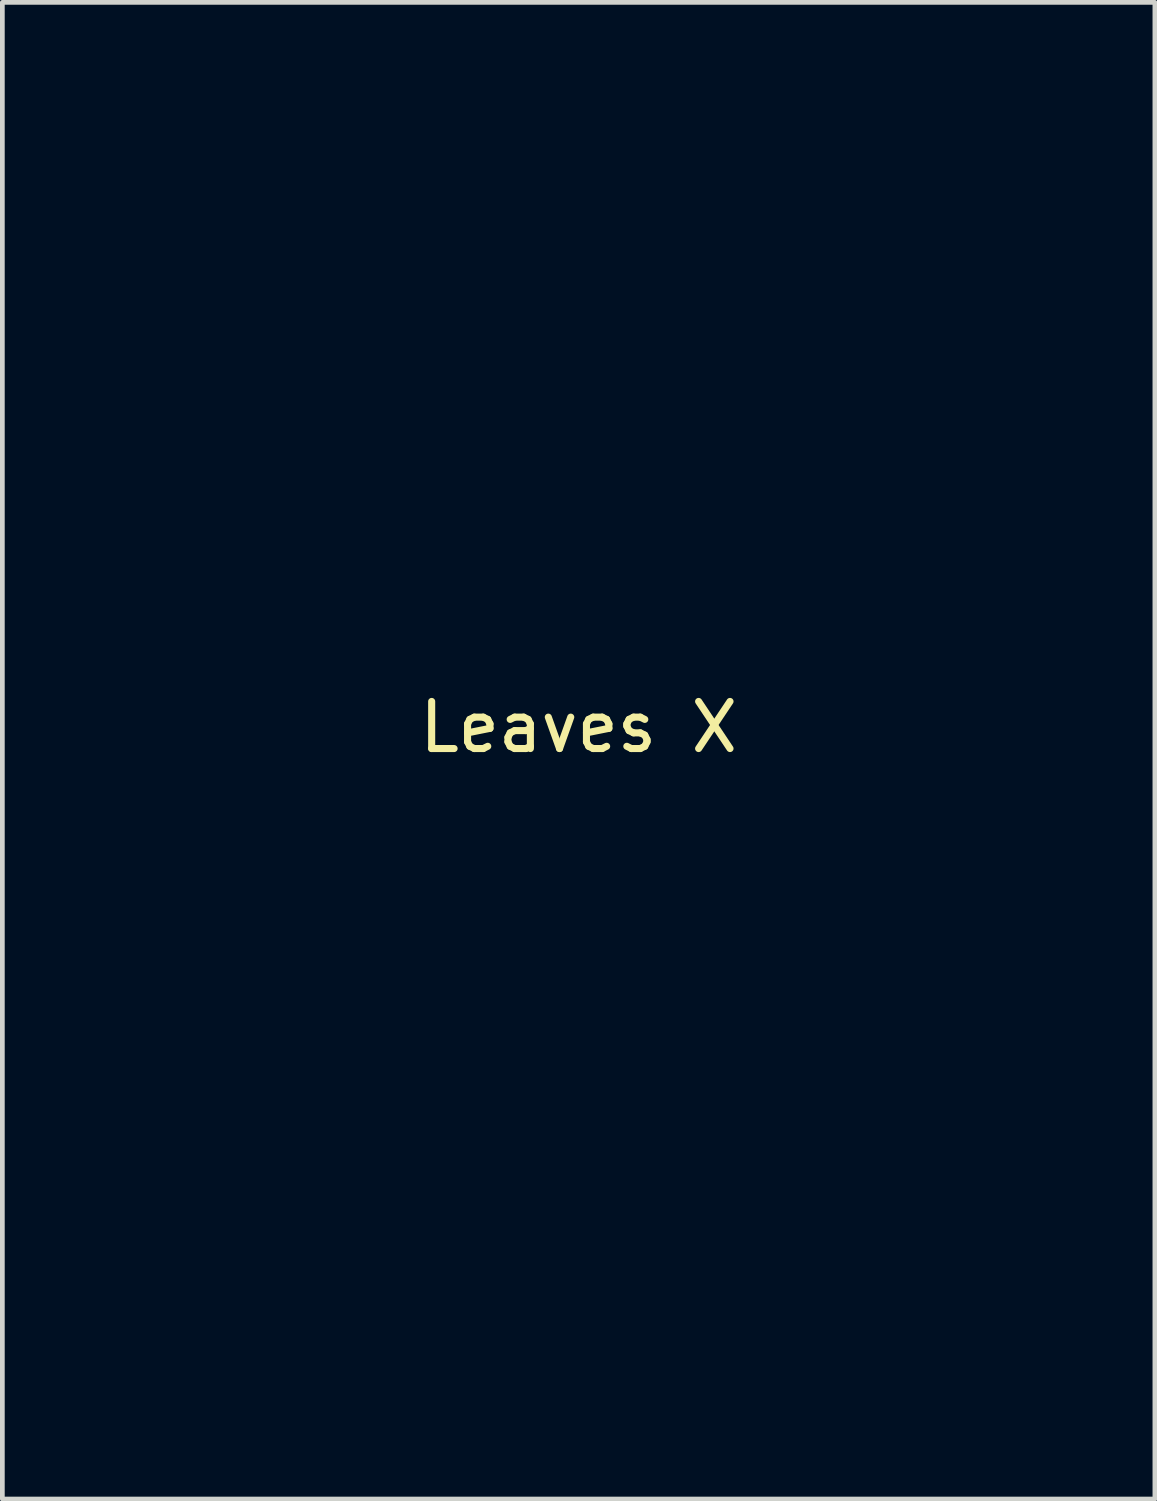
<source format=kicad_pcb>
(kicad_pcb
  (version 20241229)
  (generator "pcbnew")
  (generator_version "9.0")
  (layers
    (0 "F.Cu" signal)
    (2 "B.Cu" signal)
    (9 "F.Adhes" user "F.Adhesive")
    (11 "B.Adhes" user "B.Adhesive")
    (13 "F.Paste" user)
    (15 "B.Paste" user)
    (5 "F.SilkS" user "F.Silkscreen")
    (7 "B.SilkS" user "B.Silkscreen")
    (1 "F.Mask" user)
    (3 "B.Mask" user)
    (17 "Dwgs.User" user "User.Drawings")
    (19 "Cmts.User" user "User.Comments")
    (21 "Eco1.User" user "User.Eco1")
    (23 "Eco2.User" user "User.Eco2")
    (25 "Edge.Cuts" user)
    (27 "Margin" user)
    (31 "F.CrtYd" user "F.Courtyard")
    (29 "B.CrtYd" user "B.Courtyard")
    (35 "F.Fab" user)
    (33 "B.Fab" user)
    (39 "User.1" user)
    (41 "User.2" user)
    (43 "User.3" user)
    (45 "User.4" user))
  (footprint "Leaves X"
    (layer "F.Cu")
    (at 9.233 12.886)
    (property "Reference" "Leaves X" (at 0 -0.5 0) (unlocked yes) (layer "F.SilkS") (effects (font (size 1 1) (thickness 0.15))))
    (zone (net_name "") (layers "B.Cu" "B.Mask" "B.SilkS" "B.Adhes" "B.Paste") (hatch edge 0.508) (connect_pads) (min_thickness 0.254) (filled_areas_thickness no) (keepout (tracks not_allowed) (vias not_allowed) (pads not_allowed) (copperpour not_allowed) (footprints allowed)) (placement (enabled no)) (fill) (polygon (pts (xy 4.248 0.000367) (xy 4.262 0.001) (xy 4.277 0.003) (xy 4.291 0.006) (xy 4.305 0.009) (xy 4.319 0.013) (xy 4.332 0.017) (xy 4.345 0.023) (xy 4.358 0.029) (xy 4.371 0.035) (xy 4.384 0.042) (xy 4.396 0.05) (xy 4.407 0.058) (xy 4.419 0.067) (xy 4.429 0.077) (xy 4.44 0.087) (xy 4.67 0.338) (xy 4.891 0.595) (xy 5.152 0.92) (xy 5.289 1.103) (xy 5.428 1.297) (xy 5.565 1.501) (xy 5.698 1.712) (xy 5.823 1.929) (xy 5.937 2.149) (xy 6.038 2.371) (xy 6.122 2.592) (xy 6.203 2.561) (xy 6.282 2.532) (xy 6.429 2.479) (xy 6.561 2.434) (xy 6.676 2.396) (xy 6.771 2.366) (xy 6.843 2.344) (xy 6.912 2.324) (xy 6.926 2.321) (xy 6.94 2.318) (xy 6.954 2.316) (xy 6.969 2.315) (xy 6.983 2.314) (xy 6.997 2.314) (xy 7.012 2.315) (xy 7.026 2.316) (xy 7.04 2.319) (xy 7.054 2.321) (xy 7.068 2.325) (xy 7.082 2.329) (xy 7.095 2.334) (xy 7.108 2.34) (xy 7.121 2.346) (xy 7.134 2.353) (xy 7.146 2.361) (xy 7.158 2.369) (xy 7.17 2.378) (xy 7.181 2.387) (xy 7.191 2.397) (xy 7.201 2.407) (xy 7.211 2.418) (xy 7.219 2.429) (xy 7.228 2.441) (xy 7.235 2.453) (xy 7.242 2.466) (xy 7.249 2.478) (xy 7.255 2.492) (xy 7.26 2.505) (xy 7.264 2.519) (xy 7.268 2.533) (xy 7.318 2.755) (xy 7.362 2.982) (xy 7.411 3.268) (xy 7.456 3.6) (xy 7.492 3.964) (xy 7.504 4.153) (xy 7.511 4.344) (xy 7.512 4.537) (xy 7.506 4.729) (xy 7.661 4.758) (xy 7.803 4.787) (xy 7.929 4.814) (xy 8.037 4.839) (xy 8.125 4.86) (xy 8.193 4.877) (xy 8.255 4.894) (xy 8.269 4.898) (xy 8.283 4.903) (xy 8.296 4.909) (xy 8.309 4.915) (xy 8.322 4.922) (xy 8.334 4.929) (xy 8.346 4.937) (xy 8.357 4.946) (xy 8.368 4.955) (xy 8.379 4.964) (xy 8.389 4.975) (xy 8.399 4.985) (xy 8.408 4.997) (xy 8.416 5.008) (xy 8.424 5.02) (xy 8.431 5.033) (xy 8.438 5.046) (xy 8.444 5.059) (xy 8.449 5.072) (xy 8.454 5.086) (xy 8.458 5.1) (xy 8.461 5.114) (xy 8.463 5.128) (xy 8.465 5.142) (xy 8.466 5.156) (xy 8.467 5.171) (xy 8.466 5.185) (xy 8.465 5.199) (xy 8.464 5.214) (xy 8.461 5.228) (xy 8.458 5.242) (xy 8.454 5.256) (xy 8.419 5.364) (xy 8.327 5.625) (xy 8.261 5.8) (xy 8.182 5.997) (xy 8.09 6.212) (xy 7.987 6.439) (xy 7.91 6.597) (xy 7.832 6.748) (xy 7.754 6.892) (xy 7.675 7.028) (xy 7.596 7.158) (xy 7.516 7.281) (xy 7.435 7.396) (xy 7.354 7.504) (xy 7.272 7.606) (xy 7.19 7.7) (xy 7.107 7.787) (xy 7.023 7.866) (xy 6.939 7.939) (xy 6.855 8.004) (xy 6.77 8.062) (xy 6.684 8.113) (xy 6.608 8.153) (xy 6.531 8.191) (xy 6.453 8.226) (xy 6.375 8.259) (xy 6.295 8.29) (xy 6.216 8.317) (xy 6.136 8.343) (xy 6.055 8.365) (xy 5.974 8.385) (xy 5.893 8.403) (xy 5.812 8.418) (xy 5.73 8.43) (xy 5.649 8.439) (xy 5.567 8.446) (xy 5.486 8.45) (xy 5.404 8.452) (xy 5.404 8.452) (xy 5.321 8.45) (xy 5.238 8.446) (xy 5.157 8.439) (xy 5.077 8.429) (xy 4.998 8.416) (xy 4.92 8.4) (xy 4.844 8.382) (xy 4.769 8.36) (xy 4.696 8.337) (xy 4.625 8.31) (xy 4.555 8.281) (xy 4.487 8.249) (xy 4.42 8.215) (xy 4.356 8.178) (xy 4.294 8.138) (xy 4.233 8.096) (xy 4.173 8.138) (xy 4.111 8.178) (xy 4.046 8.215) (xy 3.98 8.249) (xy 3.912 8.281) (xy 3.842 8.31) (xy 3.771 8.337) (xy 3.697 8.361) (xy 3.623 8.382) (xy 3.547 8.4) (xy 3.469 8.416) (xy 3.39 8.429) (xy 3.31 8.439) (xy 3.229 8.446) (xy 3.146 8.45) (xy 3.062 8.452) (xy 2.981 8.45) (xy 2.9 8.446) (xy 2.818 8.439) (xy 2.737 8.43) (xy 2.655 8.418) (xy 2.574 8.403) (xy 2.493 8.385) (xy 2.412 8.365) (xy 2.331 8.343) (xy 2.251 8.317) (xy 2.171 8.289) (xy 2.092 8.259) (xy 2.014 8.226) (xy 1.936 8.191) (xy 1.859 8.153) (xy 1.782 8.113) (xy 1.697 8.062) (xy 1.612 8.004) (xy 1.527 7.939) (xy 1.443 7.866) (xy 1.36 7.787) (xy 1.277 7.7) (xy 1.195 7.606) (xy 1.113 7.504) (xy 1.031 7.396) (xy 0.951 7.281) (xy 0.871 7.158) (xy 0.791 7.028) (xy 0.712 6.892) (xy 0.634 6.748) (xy 0.557 6.597) (xy 0.48 6.439) (xy 0.427 6.325) (xy 0.376 6.212) (xy 0.329 6.103) (xy 0.303 6.041) (xy 1.921 6.041) (xy 1.921 6.055) (xy 1.922 6.069) (xy 1.923 6.083) (xy 1.925 6.097) (xy 1.928 6.11) (xy 1.932 6.124) (xy 1.936 6.137) (xy 1.94 6.15) (xy 1.946 6.163) (xy 1.951 6.175) (xy 1.958 6.187) (xy 1.965 6.199) (xy 1.973 6.211) (xy 1.981 6.222) (xy 1.99 6.233) (xy 1.999 6.243) (xy 2.009 6.253) (xy 2.019 6.263) (xy 2.03 6.272) (xy 2.041 6.28) (xy 2.053 6.288) (xy 2.065 6.296) (xy 2.078 6.303) (xy 2.091 6.309) (xy 2.105 6.315) (xy 4.082 7.08) (xy 4.09 7.085) (xy 4.098 7.089) (xy 4.107 7.093) (xy 4.115 7.096) (xy 4.124 7.1) (xy 4.133 7.103) (xy 4.141 7.106) (xy 4.15 7.108) (xy 4.159 7.111) (xy 4.169 7.113) (xy 4.178 7.114) (xy 4.187 7.116) (xy 4.196 7.117) (xy 4.206 7.117) (xy 4.215 7.118) (xy 4.225 7.118) (xy 4.225 7.118) (xy 4.226 7.118) (xy 4.227 7.118) (xy 4.228 7.118) (xy 4.228 7.118) (xy 4.229 7.118) (xy 4.229 7.118) (xy 4.23 7.118) (xy 4.231 7.118) (xy 4.232 7.118) (xy 4.233 7.118) (xy 4.233 7.118) (xy 4.243 7.118) (xy 4.252 7.117) (xy 4.262 7.117) (xy 4.271 7.116) (xy 4.28 7.114) (xy 4.289 7.113) (xy 4.298 7.111) (xy 4.307 7.108) (xy 4.316 7.106) (xy 4.325 7.103) (xy 4.334 7.1) (xy 4.343 7.096) (xy 4.351 7.093) (xy 4.36 7.089) (xy 4.368 7.085) (xy 4.376 7.08) (xy 6.353 6.315) (xy 6.367 6.309) (xy 6.38 6.303) (xy 6.393 6.296) (xy 6.405 6.288) (xy 6.417 6.28) (xy 6.428 6.272) (xy 6.439 6.263) (xy 6.449 6.253) (xy 6.459 6.243) (xy 6.468 6.233) (xy 6.477 6.222) (xy 6.485 6.211) (xy 6.493 6.199) (xy 6.5 6.187) (xy 6.506 6.175) (xy 6.512 6.163) (xy 6.518 6.15) (xy 6.522 6.137) (xy 6.526 6.124) (xy 6.53 6.11) (xy 6.532 6.097) (xy 6.535 6.083) (xy 6.536 6.069) (xy 6.537 6.055) (xy 6.537 6.041) (xy 6.536 6.027) (xy 6.535 6.013) (xy 6.533 5.998) (xy 6.53 5.984) (xy 6.527 5.97) (xy 6.522 5.956) (xy 6.517 5.942) (xy 6.512 5.929) (xy 6.505 5.915) (xy 6.498 5.903) (xy 6.491 5.89) (xy 6.483 5.878) (xy 6.474 5.867) (xy 6.465 5.856) (xy 6.456 5.846) (xy 6.446 5.836) (xy 6.435 5.827) (xy 6.425 5.818) (xy 6.413 5.81) (xy 6.402 5.802) (xy 6.39 5.795) (xy 6.378 5.789) (xy 6.365 5.783) (xy 6.353 5.778) (xy 6.34 5.773) (xy 6.326 5.769) (xy 6.313 5.765) (xy 6.299 5.763) (xy 6.286 5.761) (xy 6.272 5.759) (xy 6.258 5.758) (xy 6.244 5.758) (xy 6.229 5.759) (xy 6.215 5.76) (xy 6.201 5.762) (xy 6.187 5.765) (xy 6.173 5.768) (xy 6.159 5.773) (xy 6.145 5.778) (xy 4.879 6.268) (xy 5.853 4.725) (xy 5.86 4.712) (xy 5.867 4.699) (xy 5.873 4.686) (xy 5.879 4.673) (xy 5.883 4.659) (xy 5.887 4.646) (xy 5.891 4.632) (xy 5.893 4.618) (xy 5.895 4.604) (xy 5.896 4.59) (xy 5.897 4.577) (xy 5.897 4.563) (xy 5.896 4.549) (xy 5.895 4.535) (xy 5.893 4.521) (xy 5.89 4.508) (xy 5.887 4.494) (xy 5.883 4.481) (xy 5.878 4.468) (xy 5.873 4.455) (xy 5.867 4.443) (xy 5.86 4.43) (xy 5.853 4.418) (xy 5.845 4.407) (xy 5.837 4.395) (xy 5.828 4.384) (xy 5.819 4.374) (xy 5.809 4.364) (xy 5.798 4.354) (xy 5.787 4.345) (xy 5.775 4.336) (xy 5.763 4.328) (xy 5.75 4.32) (xy 5.737 4.313) (xy 5.724 4.307) (xy 5.711 4.302) (xy 5.697 4.297) (xy 5.683 4.293) (xy 5.67 4.29) (xy 5.656 4.287) (xy 5.642 4.285) (xy 5.628 4.284) (xy 5.614 4.283) (xy 5.6 4.284) (xy 5.586 4.284) (xy 5.573 4.286) (xy 5.559 4.288) (xy 5.546 4.291) (xy 5.532 4.294) (xy 5.519 4.298) (xy 5.506 4.303) (xy 5.493 4.308) (xy 5.48 4.314) (xy 5.468 4.32) (xy 5.456 4.327) (xy 5.444 4.335) (xy 5.433 4.343) (xy 5.422 4.352) (xy 5.412 4.362) (xy 5.401 4.372) (xy 5.392 4.382) (xy 5.383 4.394) (xy 5.374 4.405) (xy 5.366 4.418) (xy 4.521 5.756) (xy 4.521 3.335) (xy 4.521 3.32) (xy 4.52 3.306) (xy 4.518 3.291) (xy 4.515 3.277) (xy 4.512 3.263) (xy 4.508 3.249) (xy 4.504 3.236) (xy 4.499 3.223) (xy 4.493 3.21) (xy 4.487 3.198) (xy 4.48 3.186) (xy 4.472 3.174) (xy 4.464 3.163) (xy 4.456 3.152) (xy 4.447 3.141) (xy 4.437 3.131) (xy 4.427 3.122) (xy 4.417 3.113) (xy 4.406 3.104) (xy 4.394 3.096) (xy 4.383 3.089) (xy 4.371 3.082) (xy 4.358 3.075) (xy 4.345 3.07) (xy 4.332 3.064) (xy 4.319 3.06) (xy 4.305 3.056) (xy 4.291 3.053) (xy 4.277 3.05) (xy 4.263 3.048) (xy 4.248 3.047) (xy 4.233 3.047) (xy 4.219 3.047) (xy 4.204 3.048) (xy 4.19 3.05) (xy 4.175 3.053) (xy 4.161 3.056) (xy 4.148 3.06) (xy 4.134 3.064) (xy 4.121 3.07) (xy 4.109 3.075) (xy 4.096 3.082) (xy 4.084 3.089) (xy 4.072 3.096) (xy 4.061 3.104) (xy 4.05 3.113) (xy 4.04 3.122) (xy 4.03 3.131) (xy 4.02 3.141) (xy 4.011 3.152) (xy 4.003 3.163) (xy 3.995 3.174) (xy 3.987 3.186) (xy 3.98 3.198) (xy 3.974 3.21) (xy 3.968 3.223) (xy 3.963 3.236) (xy 3.958 3.249) (xy 3.955 3.263) (xy 3.951 3.277) (xy 3.949 3.291) (xy 3.947 3.306) (xy 3.946 3.32) (xy 3.945 3.335) (xy 3.945 5.756) (xy 3.101 4.418) (xy 3.093 4.405) (xy 3.084 4.394) (xy 3.075 4.382) (xy 3.065 4.372) (xy 3.055 4.362) (xy 3.045 4.352) (xy 3.034 4.343) (xy 3.022 4.335) (xy 3.011 4.327) (xy 2.999 4.32) (xy 2.986 4.314) (xy 2.974 4.308) (xy 2.961 4.303) (xy 2.948 4.298) (xy 2.935 4.294) (xy 2.921 4.291) (xy 2.908 4.288) (xy 2.894 4.286) (xy 2.88 4.284) (xy 2.866 4.284) (xy 2.853 4.283) (xy 2.839 4.284) (xy 2.825 4.285) (xy 2.811 4.287) (xy 2.797 4.29) (xy 2.783 4.293) (xy 2.77 4.297) (xy 2.756 4.302) (xy 2.743 4.307) (xy 2.73 4.313) (xy 2.717 4.32) (xy 2.704 4.328) (xy 2.692 4.336) (xy 2.68 4.345) (xy 2.669 4.354) (xy 2.658 4.364) (xy 2.648 4.374) (xy 2.639 4.384) (xy 2.63 4.395) (xy 2.621 4.407) (xy 2.614 4.418) (xy 2.607 4.43) (xy 2.6 4.443) (xy 2.594 4.455) (xy 2.589 4.468) (xy 2.584 4.481) (xy 2.58 4.494) (xy 2.577 4.508) (xy 2.574 4.521) (xy 2.572 4.535) (xy 2.571 4.549) (xy 2.57 4.563) (xy 2.57 4.576) (xy 2.57 4.59) (xy 2.572 4.604) (xy 2.574 4.618) (xy 2.576 4.632) (xy 2.579 4.646) (xy 2.583 4.659) (xy 2.588 4.673) (xy 2.594 4.686) (xy 2.6 4.699) (xy 2.607 4.712) (xy 2.614 4.725) (xy 3.591 6.272) (xy 2.313 5.778) (xy 2.299 5.773) (xy 2.285 5.768) (xy 2.271 5.765) (xy 2.257 5.762) (xy 2.243 5.76) (xy 2.228 5.759) (xy 2.214 5.758) (xy 2.2 5.758) (xy 2.186 5.759) (xy 2.172 5.761) (xy 2.159 5.763) (xy 2.145 5.765) (xy 2.132 5.769) (xy 2.118 5.773) (xy 2.105 5.778) (xy 2.093 5.783) (xy 2.08 5.789) (xy 2.068 5.795) (xy 2.056 5.802) (xy 2.044 5.81) (xy 2.033 5.818) (xy 2.022 5.827) (xy 2.012 5.836) (xy 2.002 5.846) (xy 1.992 5.856) (xy 1.983 5.867) (xy 1.975 5.878) (xy 1.967 5.89) (xy 1.959 5.903) (xy 1.952 5.915) (xy 1.946 5.929) (xy 1.94 5.942) (xy 1.935 5.956) (xy 1.931 5.97) (xy 1.928 5.984) (xy 1.925 5.998) (xy 1.923 6.013) (xy 1.922 6.027) (xy 1.921 6.041) (xy 0.303 6.041) (xy 0.285 5.997) (xy 0.206 5.8) (xy 0.139 5.625) (xy 0.087 5.478) (xy 0.048 5.364) (xy 0.013 5.256) (xy 0.009 5.242) (xy 0.006 5.228) (xy 0.003 5.214) (xy 0.001 5.199) (xy 0.000319 5.185) (xy 0 5.171) (xy 0.000393 5.156) (xy 0.001 5.142) (xy 0.003 5.128) (xy 0.006 5.114) (xy 0.009 5.1) (xy 0.013 5.086) (xy 0.018 5.072) (xy 0.023 5.059) (xy 0.029 5.046) (xy 0.035 5.033) (xy 0.043 5.02) (xy 0.051 5.008) (xy 0.059 4.997) (xy 0.068 4.985) (xy 0.078 4.975) (xy 0.088 4.964) (xy 0.098 4.955) (xy 0.109 4.946) (xy 0.121 4.937) (xy 0.133 4.929) (xy 0.145 4.922) (xy 0.157 4.915) (xy 0.17 4.909) (xy 0.184 4.903) (xy 0.197 4.898) (xy 0.211 4.894) (xy 0.274 4.877) (xy 0.43 4.839) (xy 0.664 4.787) (xy 0.805 4.758) (xy 0.961 4.729) (xy 0.955 4.537) (xy 0.956 4.344) (xy 0.963 4.153) (xy 0.975 3.963) (xy 0.991 3.779) (xy 1.011 3.6) (xy 1.033 3.43) (xy 1.056 3.268) (xy 1.104 2.982) (xy 1.149 2.755) (xy 1.198 2.533) (xy 1.202 2.519) (xy 1.207 2.505) (xy 1.212 2.492) (xy 1.218 2.478) (xy 1.224 2.466) (xy 1.231 2.453) (xy 1.239 2.441) (xy 1.247 2.429) (xy 1.256 2.418) (xy 1.266 2.407) (xy 1.275 2.397) (xy 1.286 2.387) (xy 1.297 2.378) (xy 1.308 2.369) (xy 1.32 2.361) (xy 1.333 2.353) (xy 1.345 2.346) (xy 1.358 2.34) (xy 1.372 2.334) (xy 1.385 2.329) (xy 1.399 2.325) (xy 1.413 2.321) (xy 1.427 2.319) (xy 1.441 2.316) (xy 1.455 2.315) (xy 1.469 2.314) (xy 1.484 2.314) (xy 1.498 2.315) (xy 1.512 2.316) (xy 1.527 2.318) (xy 1.541 2.321) (xy 1.555 2.324) (xy 1.624 2.344) (xy 1.791 2.396) (xy 1.906 2.434) (xy 2.038 2.479) (xy 2.185 2.532) (xy 2.345 2.592) (xy 2.385 2.481) (xy 2.429 2.371) (xy 2.478 2.26) (xy 2.53 2.149) (xy 2.586 2.038) (xy 2.644 1.929) (xy 2.769 1.712) (xy 2.901 1.501) (xy 3.038 1.297) (xy 3.177 1.103) (xy 3.315 0.92) (xy 3.449 0.75) (xy 3.575 0.595) (xy 3.797 0.338) (xy 3.955 0.163) (xy 4.027 0.087) (xy 4.037 0.077) (xy 4.048 0.067) (xy 4.059 0.058) (xy 4.071 0.05) (xy 4.083 0.042) (xy 4.096 0.035) (xy 4.108 0.029) (xy 4.121 0.023) (xy 4.135 0.017) (xy 4.148 0.013) (xy 4.162 0.009) (xy 4.176 0.006) (xy 4.19 0.003) (xy 4.204 0.001) (xy 4.219 0.000367) (xy 4.233 0))))
    (zone (net_name "") (layers "B.Cu" "B.Mask" "B.SilkS" "B.Adhes" "B.Paste") (hatch edge 0.508) (connect_pads) (min_thickness 0.254) (filled_areas_thickness no) (keepout (tracks not_allowed) (vias not_allowed) (pads not_allowed) (copperpour not_allowed) (footprints allowed)) (placement (enabled no)) (fill) (polygon (pts (xy 4.248 17.321) (xy 4.262 17.322) (xy 4.277 17.324) (xy 4.291 17.326) (xy 4.305 17.33) (xy 4.319 17.333) (xy 4.332 17.338) (xy 4.345 17.343) (xy 4.358 17.349) (xy 4.371 17.356) (xy 4.384 17.363) (xy 4.396 17.371) (xy 4.407 17.379) (xy 4.419 17.388) (xy 4.429 17.398) (xy 4.44 17.408) (xy 4.67 17.658) (xy 4.891 17.915) (xy 5.152 18.241) (xy 5.289 18.424) (xy 5.428 18.618) (xy 5.565 18.822) (xy 5.698 19.033) (xy 5.823 19.249) (xy 5.937 19.469) (xy 6.038 19.691) (xy 6.122 19.913) (xy 6.203 19.882) (xy 6.282 19.852) (xy 6.429 19.8) (xy 6.561 19.754) (xy 6.676 19.717) (xy 6.771 19.687) (xy 6.843 19.665) (xy 6.912 19.645) (xy 6.926 19.641) (xy 6.94 19.639) (xy 6.954 19.637) (xy 6.969 19.635) (xy 6.983 19.635) (xy 6.997 19.635) (xy 7.012 19.635) (xy 7.026 19.637) (xy 7.04 19.639) (xy 7.054 19.642) (xy 7.068 19.646) (xy 7.082 19.65) (xy 7.095 19.655) (xy 7.108 19.66) (xy 7.121 19.667) (xy 7.134 19.674) (xy 7.146 19.681) (xy 7.158 19.69) (xy 7.17 19.699) (xy 7.181 19.708) (xy 7.191 19.718) (xy 7.201 19.728) (xy 7.211 19.739) (xy 7.219 19.75) (xy 7.228 19.762) (xy 7.235 19.774) (xy 7.242 19.786) (xy 7.249 19.799) (xy 7.255 19.812) (xy 7.26 19.826) (xy 7.264 19.839) (xy 7.268 19.853) (xy 7.318 20.075) (xy 7.362 20.302) (xy 7.411 20.589) (xy 7.456 20.921) (xy 7.492 21.284) (xy 7.504 21.473) (xy 7.511 21.665) (xy 7.512 21.857) (xy 7.506 22.049) (xy 7.661 22.079) (xy 7.803 22.107) (xy 7.929 22.135) (xy 8.037 22.159) (xy 8.125 22.181) (xy 8.193 22.198) (xy 8.255 22.214) (xy 8.269 22.219) (xy 8.283 22.223) (xy 8.296 22.229) (xy 8.309 22.235) (xy 8.322 22.242) (xy 8.334 22.249) (xy 8.346 22.258) (xy 8.357 22.266) (xy 8.368 22.275) (xy 8.379 22.285) (xy 8.389 22.295) (xy 8.399 22.306) (xy 8.408 22.317) (xy 8.416 22.329) (xy 8.424 22.341) (xy 8.431 22.353) (xy 8.438 22.366) (xy 8.444 22.38) (xy 8.449 22.393) (xy 8.454 22.407) (xy 8.458 22.42) (xy 8.461 22.434) (xy 8.463 22.448) (xy 8.465 22.463) (xy 8.466 22.477) (xy 8.467 22.491) (xy 8.466 22.506) (xy 8.465 22.52) (xy 8.464 22.534) (xy 8.461 22.548) (xy 8.458 22.562) (xy 8.454 22.576) (xy 8.419 22.684) (xy 8.327 22.945) (xy 8.261 23.12) (xy 8.182 23.318) (xy 8.09 23.533) (xy 7.987 23.76) (xy 7.91 23.918) (xy 7.832 24.068) (xy 7.754 24.212) (xy 7.675 24.349) (xy 7.596 24.478) (xy 7.516 24.601) (xy 7.435 24.717) (xy 7.354 24.825) (xy 7.272 24.926) (xy 7.19 25.02) (xy 7.107 25.107) (xy 7.023 25.187) (xy 6.939 25.259) (xy 6.855 25.325) (xy 6.77 25.382) (xy 6.684 25.433) (xy 6.608 25.473) (xy 6.531 25.511) (xy 6.453 25.547) (xy 6.375 25.58) (xy 6.295 25.61) (xy 6.216 25.638) (xy 6.136 25.663) (xy 6.055 25.686) (xy 5.974 25.706) (xy 5.893 25.723) (xy 5.812 25.738) (xy 5.73 25.75) (xy 5.649 25.76) (xy 5.567 25.767) (xy 5.486 25.771) (xy 5.404 25.772) (xy 5.404 25.772) (xy 5.321 25.771) (xy 5.238 25.766) (xy 5.157 25.759) (xy 5.077 25.749) (xy 4.998 25.736) (xy 4.92 25.721) (xy 4.844 25.702) (xy 4.769 25.681) (xy 4.696 25.657) (xy 4.625 25.631) (xy 4.555 25.601) (xy 4.487 25.57) (xy 4.42 25.535) (xy 4.356 25.498) (xy 4.294 25.459) (xy 4.233 25.417) (xy 4.173 25.459) (xy 4.111 25.498) (xy 4.046 25.535) (xy 3.98 25.57) (xy 3.912 25.602) (xy 3.842 25.631) (xy 3.771 25.657) (xy 3.697 25.681) (xy 3.623 25.702) (xy 3.547 25.721) (xy 3.469 25.736) (xy 3.39 25.749) (xy 3.31 25.759) (xy 3.229 25.766) (xy 3.146 25.771) (xy 3.062 25.772) (xy 2.981 25.771) (xy 2.9 25.767) (xy 2.818 25.76) (xy 2.737 25.75) (xy 2.655 25.738) (xy 2.574 25.723) (xy 2.493 25.706) (xy 2.412 25.686) (xy 2.331 25.663) (xy 2.251 25.638) (xy 2.171 25.61) (xy 2.092 25.58) (xy 2.014 25.547) (xy 1.936 25.511) (xy 1.859 25.473) (xy 1.782 25.433) (xy 1.697 25.382) (xy 1.612 25.325) (xy 1.527 25.259) (xy 1.443 25.187) (xy 1.36 25.107) (xy 1.277 25.02) (xy 1.195 24.926) (xy 1.113 24.825) (xy 1.031 24.717) (xy 0.951 24.601) (xy 0.871 24.478) (xy 0.791 24.349) (xy 0.712 24.212) (xy 0.634 24.068) (xy 0.557 23.918) (xy 0.48 23.76) (xy 0.427 23.645) (xy 0.376 23.533) (xy 0.329 23.423) (xy 0.303 23.361) (xy 1.921 23.361) (xy 1.921 23.375) (xy 1.922 23.389) (xy 1.923 23.403) (xy 1.925 23.417) (xy 1.928 23.431) (xy 1.932 23.444) (xy 1.936 23.457) (xy 1.94 23.47) (xy 1.946 23.483) (xy 1.951 23.496) (xy 1.958 23.508) (xy 1.965 23.52) (xy 1.973 23.531) (xy 1.981 23.542) (xy 1.99 23.553) (xy 1.999 23.564) (xy 2.009 23.574) (xy 2.019 23.583) (xy 2.03 23.592) (xy 2.041 23.601) (xy 2.053 23.609) (xy 2.065 23.616) (xy 2.078 23.623) (xy 2.091 23.63) (xy 2.105 23.635) (xy 4.082 24.401) (xy 4.09 24.405) (xy 4.098 24.409) (xy 4.107 24.413) (xy 4.115 24.417) (xy 4.124 24.42) (xy 4.133 24.423) (xy 4.141 24.426) (xy 4.15 24.429) (xy 4.159 24.431) (xy 4.169 24.433) (xy 4.178 24.435) (xy 4.187 24.436) (xy 4.196 24.437) (xy 4.206 24.438) (xy 4.215 24.438) (xy 4.225 24.439) (xy 4.225 24.439) (xy 4.226 24.439) (xy 4.227 24.439) (xy 4.228 24.438) (xy 4.228 24.438) (xy 4.229 24.438) (xy 4.229 24.438) (xy 4.23 24.438) (xy 4.231 24.439) (xy 4.232 24.439) (xy 4.233 24.439) (xy 4.233 24.439) (xy 4.243 24.438) (xy 4.252 24.438) (xy 4.262 24.437) (xy 4.271 24.436) (xy 4.28 24.435) (xy 4.289 24.433) (xy 4.298 24.431) (xy 4.307 24.429) (xy 4.316 24.426) (xy 4.325 24.423) (xy 4.334 24.42) (xy 4.343 24.417) (xy 4.351 24.413) (xy 4.36 24.409) (xy 4.368 24.405) (xy 4.376 24.401) (xy 6.353 23.635) (xy 6.367 23.63) (xy 6.38 23.623) (xy 6.393 23.616) (xy 6.405 23.609) (xy 6.417 23.601) (xy 6.428 23.592) (xy 6.439 23.583) (xy 6.449 23.574) (xy 6.459 23.564) (xy 6.468 23.553) (xy 6.477 23.542) (xy 6.485 23.531) (xy 6.493 23.52) (xy 6.5 23.508) (xy 6.506 23.496) (xy 6.512 23.483) (xy 6.518 23.47) (xy 6.522 23.457) (xy 6.526 23.444) (xy 6.53 23.431) (xy 6.532 23.417) (xy 6.535 23.403) (xy 6.536 23.389) (xy 6.537 23.375) (xy 6.537 23.361) (xy 6.536 23.347) (xy 6.535 23.333) (xy 6.533 23.319) (xy 6.53 23.305) (xy 6.527 23.291) (xy 6.522 23.277) (xy 6.517 23.263) (xy 6.512 23.249) (xy 6.505 23.236) (xy 6.498 23.223) (xy 6.491 23.211) (xy 6.483 23.199) (xy 6.474 23.188) (xy 6.465 23.177) (xy 6.456 23.166) (xy 6.446 23.157) (xy 6.435 23.147) (xy 6.425 23.139) (xy 6.413 23.13) (xy 6.402 23.123) (xy 6.39 23.116) (xy 6.378 23.109) (xy 6.365 23.103) (xy 6.353 23.098) (xy 6.34 23.093) (xy 6.326 23.089) (xy 6.313 23.086) (xy 6.299 23.083) (xy 6.286 23.081) (xy 6.272 23.08) (xy 6.258 23.079) (xy 6.244 23.079) (xy 6.229 23.079) (xy 6.215 23.081) (xy 6.201 23.083) (xy 6.187 23.085) (xy 6.173 23.089) (xy 6.159 23.093) (xy 6.145 23.098) (xy 4.879 23.588) (xy 5.853 22.046) (xy 5.86 22.033) (xy 5.867 22.02) (xy 5.873 22.007) (xy 5.879 21.993) (xy 5.883 21.98) (xy 5.887 21.966) (xy 5.891 21.952) (xy 5.893 21.939) (xy 5.895 21.925) (xy 5.896 21.911) (xy 5.897 21.897) (xy 5.897 21.883) (xy 5.896 21.869) (xy 5.895 21.856) (xy 5.893 21.842) (xy 5.89 21.828) (xy 5.887 21.815) (xy 5.883 21.802) (xy 5.878 21.789) (xy 5.873 21.776) (xy 5.867 21.763) (xy 5.86 21.751) (xy 5.853 21.739) (xy 5.845 21.727) (xy 5.837 21.716) (xy 5.828 21.705) (xy 5.819 21.694) (xy 5.809 21.684) (xy 5.798 21.675) (xy 5.787 21.665) (xy 5.775 21.657) (xy 5.763 21.648) (xy 5.75 21.641) (xy 5.737 21.634) (xy 5.724 21.628) (xy 5.711 21.622) (xy 5.697 21.618) (xy 5.683 21.614) (xy 5.67 21.61) (xy 5.656 21.608) (xy 5.642 21.606) (xy 5.628 21.605) (xy 5.614 21.604) (xy 5.6 21.604) (xy 5.586 21.605) (xy 5.573 21.606) (xy 5.559 21.608) (xy 5.546 21.611) (xy 5.532 21.614) (xy 5.519 21.618) (xy 5.506 21.623) (xy 5.493 21.628) (xy 5.48 21.634) (xy 5.468 21.641) (xy 5.456 21.648) (xy 5.444 21.656) (xy 5.433 21.664) (xy 5.422 21.673) (xy 5.412 21.682) (xy 5.401 21.692) (xy 5.392 21.703) (xy 5.383 21.714) (xy 5.374 21.726) (xy 5.366 21.738) (xy 4.521 23.076) (xy 4.521 20.655) (xy 4.521 20.641) (xy 4.52 20.626) (xy 4.518 20.612) (xy 4.515 20.597) (xy 4.512 20.583) (xy 4.508 20.57) (xy 4.504 20.556) (xy 4.499 20.543) (xy 4.493 20.531) (xy 4.487 20.518) (xy 4.48 20.506) (xy 4.472 20.494) (xy 4.464 20.483) (xy 4.456 20.472) (xy 4.447 20.462) (xy 4.437 20.452) (xy 4.427 20.442) (xy 4.417 20.433) (xy 4.406 20.425) (xy 4.394 20.417) (xy 4.383 20.409) (xy 4.371 20.402) (xy 4.358 20.396) (xy 4.345 20.39) (xy 4.332 20.385) (xy 4.319 20.38) (xy 4.305 20.377) (xy 4.291 20.373) (xy 4.277 20.371) (xy 4.263 20.369) (xy 4.248 20.368) (xy 4.233 20.368) (xy 4.219 20.368) (xy 4.204 20.369) (xy 4.19 20.371) (xy 4.175 20.373) (xy 4.161 20.377) (xy 4.148 20.38) (xy 4.134 20.385) (xy 4.121 20.39) (xy 4.109 20.396) (xy 4.096 20.402) (xy 4.084 20.409) (xy 4.072 20.417) (xy 4.061 20.425) (xy 4.05 20.433) (xy 4.04 20.442) (xy 4.03 20.452) (xy 4.02 20.462) (xy 4.011 20.472) (xy 4.003 20.483) (xy 3.995 20.494) (xy 3.987 20.506) (xy 3.98 20.518) (xy 3.974 20.531) (xy 3.968 20.543) (xy 3.963 20.556) (xy 3.958 20.57) (xy 3.955 20.583) (xy 3.951 20.597) (xy 3.949 20.612) (xy 3.947 20.626) (xy 3.946 20.641) (xy 3.945 20.655) (xy 3.945 23.076) (xy 3.101 21.738) (xy 3.093 21.726) (xy 3.084 21.714) (xy 3.075 21.703) (xy 3.065 21.692) (xy 3.055 21.682) (xy 3.045 21.673) (xy 3.034 21.664) (xy 3.022 21.656) (xy 3.011 21.648) (xy 2.999 21.641) (xy 2.986 21.634) (xy 2.974 21.628) (xy 2.961 21.623) (xy 2.948 21.618) (xy 2.935 21.614) (xy 2.921 21.611) (xy 2.908 21.608) (xy 2.894 21.606) (xy 2.88 21.605) (xy 2.866 21.604) (xy 2.853 21.604) (xy 2.839 21.604) (xy 2.825 21.606) (xy 2.811 21.608) (xy 2.797 21.61) (xy 2.783 21.614) (xy 2.77 21.618) (xy 2.756 21.622) (xy 2.743 21.628) (xy 2.73 21.634) (xy 2.717 21.641) (xy 2.704 21.648) (xy 2.692 21.657) (xy 2.68 21.665) (xy 2.669 21.675) (xy 2.658 21.684) (xy 2.648 21.694) (xy 2.639 21.705) (xy 2.63 21.716) (xy 2.621 21.727) (xy 2.614 21.739) (xy 2.607 21.751) (xy 2.6 21.763) (xy 2.594 21.776) (xy 2.589 21.789) (xy 2.584 21.802) (xy 2.58 21.815) (xy 2.577 21.828) (xy 2.574 21.842) (xy 2.572 21.856) (xy 2.571 21.869) (xy 2.57 21.883) (xy 2.57 21.897) (xy 2.57 21.911) (xy 2.572 21.925) (xy 2.574 21.939) (xy 2.576 21.952) (xy 2.579 21.966) (xy 2.583 21.98) (xy 2.588 21.993) (xy 2.594 22.007) (xy 2.6 22.02) (xy 2.607 22.033) (xy 2.614 22.046) (xy 3.591 23.593) (xy 2.313 23.098) (xy 2.299 23.093) (xy 2.285 23.089) (xy 2.271 23.085) (xy 2.257 23.083) (xy 2.243 23.081) (xy 2.228 23.079) (xy 2.214 23.079) (xy 2.2 23.079) (xy 2.186 23.08) (xy 2.172 23.081) (xy 2.159 23.083) (xy 2.145 23.086) (xy 2.132 23.089) (xy 2.118 23.093) (xy 2.105 23.098) (xy 2.093 23.103) (xy 2.08 23.109) (xy 2.068 23.116) (xy 2.056 23.123) (xy 2.044 23.13) (xy 2.033 23.139) (xy 2.022 23.147) (xy 2.012 23.157) (xy 2.002 23.166) (xy 1.992 23.177) (xy 1.983 23.188) (xy 1.975 23.199) (xy 1.967 23.211) (xy 1.959 23.223) (xy 1.952 23.236) (xy 1.946 23.249) (xy 1.94 23.263) (xy 1.935 23.277) (xy 1.931 23.291) (xy 1.928 23.305) (xy 1.925 23.319) (xy 1.923 23.333) (xy 1.922 23.347) (xy 1.921 23.361) (xy 0.303 23.361) (xy 0.285 23.318) (xy 0.206 23.12) (xy 0.139 22.945) (xy 0.087 22.798) (xy 0.048 22.684) (xy 0.013 22.576) (xy 0.009 22.562) (xy 0.006 22.548) (xy 0.003 22.534) (xy 0.001 22.52) (xy 0.000319 22.506) (xy 0 22.491) (xy 0.000393 22.477) (xy 0.001 22.463) (xy 0.003 22.448) (xy 0.006 22.434) (xy 0.009 22.42) (xy 0.013 22.407) (xy 0.018 22.393) (xy 0.023 22.38) (xy 0.029 22.366) (xy 0.035 22.353) (xy 0.043 22.341) (xy 0.051 22.329) (xy 0.059 22.317) (xy 0.068 22.306) (xy 0.078 22.295) (xy 0.088 22.285) (xy 0.098 22.275) (xy 0.109 22.266) (xy 0.121 22.258) (xy 0.133 22.25) (xy 0.145 22.242) (xy 0.157 22.235) (xy 0.17 22.229) (xy 0.184 22.224) (xy 0.197 22.219) (xy 0.211 22.214) (xy 0.274 22.198) (xy 0.43 22.159) (xy 0.664 22.107) (xy 0.805 22.079) (xy 0.961 22.049) (xy 0.955 21.857) (xy 0.956 21.665) (xy 0.963 21.473) (xy 0.975 21.284) (xy 0.991 21.099) (xy 1.011 20.921) (xy 1.033 20.75) (xy 1.056 20.589) (xy 1.104 20.302) (xy 1.149 20.075) (xy 1.198 19.853) (xy 1.202 19.839) (xy 1.207 19.826) (xy 1.212 19.812) (xy 1.218 19.799) (xy 1.224 19.786) (xy 1.231 19.774) (xy 1.239 19.762) (xy 1.247 19.75) (xy 1.256 19.739) (xy 1.266 19.728) (xy 1.275 19.718) (xy 1.286 19.708) (xy 1.297 19.699) (xy 1.308 19.69) (xy 1.32 19.681) (xy 1.333 19.674) (xy 1.345 19.667) (xy 1.358 19.66) (xy 1.372 19.655) (xy 1.385 19.65) (xy 1.399 19.646) (xy 1.413 19.642) (xy 1.427 19.639) (xy 1.441 19.637) (xy 1.455 19.635) (xy 1.469 19.635) (xy 1.484 19.635) (xy 1.498 19.635) (xy 1.512 19.637) (xy 1.527 19.639) (xy 1.541 19.641) (xy 1.555 19.645) (xy 1.624 19.665) (xy 1.791 19.717) (xy 1.906 19.754) (xy 2.038 19.8) (xy 2.185 19.852) (xy 2.345 19.913) (xy 2.385 19.802) (xy 2.429 19.691) (xy 2.478 19.58) (xy 2.53 19.469) (xy 2.586 19.359) (xy 2.644 19.249) (xy 2.769 19.033) (xy 2.901 18.822) (xy 3.038 18.618) (xy 3.177 18.424) (xy 3.315 18.241) (xy 3.449 18.07) (xy 3.575 17.915) (xy 3.797 17.658) (xy 3.955 17.484) (xy 4.027 17.408) (xy 4.037 17.398) (xy 4.048 17.388) (xy 4.059 17.379) (xy 4.071 17.371) (xy 4.083 17.363) (xy 4.096 17.356) (xy 4.108 17.349) (xy 4.121 17.343) (xy 4.135 17.338) (xy 4.148 17.333) (xy 4.162 17.33) (xy 4.176 17.326) (xy 4.19 17.324) (xy 4.204 17.322) (xy 4.219 17.321) (xy 4.233 17.321))))
    (zone (net_name "") (layers "B.Cu" "B.Mask" "B.SilkS" "B.Adhes" "B.Paste") (hatch edge 0.508) (connect_pads) (min_thickness 0.254) (filled_areas_thickness no) (keepout (tracks not_allowed) (vias not_allowed) (pads not_allowed) (copperpour not_allowed) (footprints allowed)) (placement (enabled no)) (fill) (polygon (pts (xy 9.248 8.661) (xy 9.262 8.662) (xy 9.277 8.664) (xy 9.291 8.666) (xy 9.305 8.669) (xy 9.319 8.673) (xy 9.332 8.678) (xy 9.345 8.683) (xy 9.358 8.689) (xy 9.371 8.695) (xy 9.384 8.703) (xy 9.396 8.71) (xy 9.407 8.719) (xy 9.419 8.728) (xy 9.429 8.737) (xy 9.44 8.748) (xy 9.67 8.998) (xy 9.891 9.255) (xy 10.152 9.58) (xy 10.289 9.763) (xy 10.428 9.958) (xy 10.565 10.161) (xy 10.698 10.372) (xy 10.823 10.589) (xy 10.937 10.809) (xy 11.038 11.031) (xy 11.122 11.252) (xy 11.203 11.221) (xy 11.282 11.192) (xy 11.429 11.139) (xy 11.561 11.094) (xy 11.676 11.057) (xy 11.771 11.027) (xy 11.843 11.005) (xy 11.912 10.985) (xy 11.926 10.981) (xy 11.94 10.978) (xy 11.954 10.976) (xy 11.969 10.975) (xy 11.983 10.974) (xy 11.997 10.974) (xy 12.012 10.975) (xy 12.026 10.977) (xy 12.04 10.979) (xy 12.054 10.982) (xy 12.068 10.985) (xy 12.082 10.99) (xy 12.095 10.995) (xy 12.108 11) (xy 12.121 11.007) (xy 12.134 11.014) (xy 12.146 11.021) (xy 12.158 11.029) (xy 12.17 11.038) (xy 12.181 11.048) (xy 12.191 11.057) (xy 12.201 11.068) (xy 12.211 11.079) (xy 12.219 11.09) (xy 12.228 11.101) (xy 12.235 11.113) (xy 12.242 11.126) (xy 12.249 11.139) (xy 12.255 11.152) (xy 12.26 11.165) (xy 12.264 11.179) (xy 12.268 11.193) (xy 12.318 11.415) (xy 12.362 11.642) (xy 12.411 11.929) (xy 12.456 12.261) (xy 12.492 12.624) (xy 12.504 12.813) (xy 12.511 13.005) (xy 12.512 13.197) (xy 12.506 13.389) (xy 12.661 13.418) (xy 12.803 13.447) (xy 12.929 13.474) (xy 13.037 13.499) (xy 13.125 13.521) (xy 13.193 13.538) (xy 13.255 13.554) (xy 13.269 13.558) (xy 13.283 13.563) (xy 13.296 13.569) (xy 13.309 13.575) (xy 13.322 13.582) (xy 13.334 13.589) (xy 13.346 13.597) (xy 13.357 13.606) (xy 13.368 13.615) (xy 13.379 13.625) (xy 13.389 13.635) (xy 13.399 13.646) (xy 13.408 13.657) (xy 13.416 13.668) (xy 13.424 13.681) (xy 13.431 13.693) (xy 13.438 13.706) (xy 13.444 13.719) (xy 13.449 13.733) (xy 13.454 13.746) (xy 13.458 13.76) (xy 13.461 13.774) (xy 13.463 13.788) (xy 13.465 13.802) (xy 13.466 13.817) (xy 13.467 13.831) (xy 13.466 13.845) (xy 13.465 13.86) (xy 13.464 13.874) (xy 13.461 13.888) (xy 13.458 13.902) (xy 13.454 13.916) (xy 13.419 14.024) (xy 13.327 14.285) (xy 13.261 14.46) (xy 13.182 14.658) (xy 13.09 14.872) (xy 12.987 15.1) (xy 12.91 15.257) (xy 12.832 15.408) (xy 12.754 15.552) (xy 12.675 15.689) (xy 12.596 15.818) (xy 12.516 15.941) (xy 12.435 16.056) (xy 12.354 16.165) (xy 12.272 16.266) (xy 12.19 16.36) (xy 12.107 16.447) (xy 12.023 16.527) (xy 11.939 16.599) (xy 11.855 16.664) (xy 11.77 16.722) (xy 11.684 16.773) (xy 11.608 16.813) (xy 11.531 16.851) (xy 11.453 16.886) (xy 11.375 16.919) (xy 11.295 16.95) (xy 11.216 16.978) (xy 11.136 17.003) (xy 11.055 17.026) (xy 10.974 17.046) (xy 10.893 17.063) (xy 10.812 17.078) (xy 10.73 17.09) (xy 10.649 17.1) (xy 10.567 17.106) (xy 10.486 17.111) (xy 10.404 17.112) (xy 10.404 17.112) (xy 10.321 17.11) (xy 10.238 17.106) (xy 10.157 17.099) (xy 10.077 17.089) (xy 9.998 17.076) (xy 9.92 17.06) (xy 9.844 17.042) (xy 9.769 17.021) (xy 9.696 16.997) (xy 9.625 16.97) (xy 9.555 16.941) (xy 9.487 16.909) (xy 9.42 16.875) (xy 9.356 16.838) (xy 9.294 16.799) (xy 9.233 16.757) (xy 9.173 16.799) (xy 9.111 16.838) (xy 9.046 16.875) (xy 8.98 16.909) (xy 8.912 16.941) (xy 8.842 16.97) (xy 8.771 16.997) (xy 8.697 17.021) (xy 8.623 17.042) (xy 8.547 17.06) (xy 8.469 17.076) (xy 8.39 17.089) (xy 8.31 17.099) (xy 8.229 17.106) (xy 8.146 17.11) (xy 8.062 17.112) (xy 7.981 17.111) (xy 7.9 17.106) (xy 7.818 17.1) (xy 7.737 17.09) (xy 7.655 17.078) (xy 7.574 17.063) (xy 7.493 17.046) (xy 7.412 17.026) (xy 7.331 17.003) (xy 7.251 16.978) (xy 7.171 16.95) (xy 7.092 16.919) (xy 7.014 16.886) (xy 6.936 16.851) (xy 6.859 16.813) (xy 6.782 16.773) (xy 6.697 16.722) (xy 6.612 16.664) (xy 6.527 16.599) (xy 6.443 16.527) (xy 6.36 16.447) (xy 6.277 16.36) (xy 6.195 16.266) (xy 6.113 16.165) (xy 6.031 16.056) (xy 5.951 15.941) (xy 5.871 15.818) (xy 5.791 15.689) (xy 5.712 15.552) (xy 5.634 15.408) (xy 5.557 15.257) (xy 5.48 15.1) (xy 5.427 14.985) (xy 5.376 14.872) (xy 5.329 14.763) (xy 5.303 14.701) (xy 6.921 14.701) (xy 6.921 14.715) (xy 6.922 14.729) (xy 6.923 14.743) (xy 6.925 14.757) (xy 6.928 14.77) (xy 6.932 14.784) (xy 6.936 14.797) (xy 6.94 14.81) (xy 6.946 14.823) (xy 6.951 14.835) (xy 6.958 14.848) (xy 6.965 14.859) (xy 6.973 14.871) (xy 6.981 14.882) (xy 6.99 14.893) (xy 6.999 14.903) (xy 7.009 14.913) (xy 7.019 14.923) (xy 7.03 14.932) (xy 7.041 14.941) (xy 7.053 14.949) (xy 7.065 14.956) (xy 7.078 14.963) (xy 7.091 14.969) (xy 7.105 14.975) (xy 9.082 15.74) (xy 9.09 15.745) (xy 9.098 15.749) (xy 9.107 15.753) (xy 9.115 15.757) (xy 9.124 15.76) (xy 9.133 15.763) (xy 9.141 15.766) (xy 9.15 15.769) (xy 9.159 15.771) (xy 9.169 15.773) (xy 9.178 15.775) (xy 9.187 15.776) (xy 9.196 15.777) (xy 9.206 15.778) (xy 9.215 15.778) (xy 9.225 15.778) (xy 9.225 15.778) (xy 9.226 15.778) (xy 9.227 15.778) (xy 9.228 15.778) (xy 9.228 15.778) (xy 9.229 15.778) (xy 9.229 15.778) (xy 9.23 15.778) (xy 9.231 15.778) (xy 9.232 15.778) (xy 9.233 15.778) (xy 9.233 15.778) (xy 9.243 15.778) (xy 9.252 15.778) (xy 9.262 15.777) (xy 9.271 15.776) (xy 9.28 15.775) (xy 9.289 15.773) (xy 9.298 15.771) (xy 9.307 15.769) (xy 9.316 15.766) (xy 9.325 15.763) (xy 9.334 15.76) (xy 9.343 15.757) (xy 9.351 15.753) (xy 9.36 15.749) (xy 9.368 15.745) (xy 9.376 15.74) (xy 11.353 14.975) (xy 11.367 14.969) (xy 11.38 14.963) (xy 11.393 14.956) (xy 11.405 14.949) (xy 11.417 14.941) (xy 11.428 14.932) (xy 11.439 14.923) (xy 11.449 14.913) (xy 11.459 14.903) (xy 11.468 14.893) (xy 11.477 14.882) (xy 11.485 14.871) (xy 11.493 14.859) (xy 11.5 14.848) (xy 11.506 14.835) (xy 11.512 14.823) (xy 11.518 14.81) (xy 11.522 14.797) (xy 11.526 14.784) (xy 11.53 14.77) (xy 11.532 14.757) (xy 11.535 14.743) (xy 11.536 14.729) (xy 11.537 14.715) (xy 11.537 14.701) (xy 11.536 14.687) (xy 11.535 14.673) (xy 11.533 14.659) (xy 11.53 14.645) (xy 11.527 14.631) (xy 11.522 14.616) (xy 11.517 14.603) (xy 11.512 14.589) (xy 11.505 14.576) (xy 11.498 14.563) (xy 11.491 14.551) (xy 11.483 14.539) (xy 11.474 14.527) (xy 11.465 14.516) (xy 11.456 14.506) (xy 11.446 14.496) (xy 11.435 14.487) (xy 11.425 14.478) (xy 11.413 14.47) (xy 11.402 14.462) (xy 11.39 14.455) (xy 11.378 14.449) (xy 11.365 14.443) (xy 11.353 14.438) (xy 11.34 14.433) (xy 11.326 14.429) (xy 11.313 14.426) (xy 11.299 14.423) (xy 11.286 14.421) (xy 11.272 14.419) (xy 11.258 14.419) (xy 11.244 14.418) (xy 11.229 14.419) (xy 11.215 14.42) (xy 11.201 14.422) (xy 11.187 14.425) (xy 11.173 14.429) (xy 11.159 14.433) (xy 11.145 14.438) (xy 9.879 14.928) (xy 10.853 13.385) (xy 10.86 13.373) (xy 10.867 13.36) (xy 10.873 13.346) (xy 10.879 13.333) (xy 10.883 13.32) (xy 10.887 13.306) (xy 10.891 13.292) (xy 10.893 13.278) (xy 10.895 13.265) (xy 10.896 13.251) (xy 10.897 13.237) (xy 10.897 13.223) (xy 10.896 13.209) (xy 10.895 13.195) (xy 10.893 13.182) (xy 10.89 13.168) (xy 10.887 13.155) (xy 10.883 13.141) (xy 10.878 13.128) (xy 10.873 13.116) (xy 10.867 13.103) (xy 10.86 13.091) (xy 10.853 13.079) (xy 10.845 13.067) (xy 10.837 13.056) (xy 10.828 13.045) (xy 10.819 13.034) (xy 10.809 13.024) (xy 10.798 13.014) (xy 10.787 13.005) (xy 10.775 12.996) (xy 10.763 12.988) (xy 10.75 12.981) (xy 10.737 12.974) (xy 10.724 12.968) (xy 10.711 12.962) (xy 10.697 12.957) (xy 10.683 12.953) (xy 10.67 12.95) (xy 10.656 12.947) (xy 10.642 12.945) (xy 10.628 12.944) (xy 10.614 12.944) (xy 10.6 12.944) (xy 10.586 12.945) (xy 10.573 12.946) (xy 10.559 12.948) (xy 10.546 12.951) (xy 10.532 12.954) (xy 10.519 12.958) (xy 10.506 12.963) (xy 10.493 12.968) (xy 10.48 12.974) (xy 10.468 12.98) (xy 10.456 12.988) (xy 10.444 12.995) (xy 10.433 13.004) (xy 10.422 13.012) (xy 10.412 13.022) (xy 10.401 13.032) (xy 10.392 13.043) (xy 10.383 13.054) (xy 10.374 13.066) (xy 10.366 13.078) (xy 9.521 14.416) (xy 9.521 11.995) (xy 9.521 11.98) (xy 9.52 11.966) (xy 9.518 11.951) (xy 9.515 11.937) (xy 9.512 11.923) (xy 9.508 11.91) (xy 9.504 11.896) (xy 9.499 11.883) (xy 9.493 11.87) (xy 9.487 11.858) (xy 9.48 11.846) (xy 9.472 11.834) (xy 9.464 11.823) (xy 9.456 11.812) (xy 9.447 11.802) (xy 9.437 11.792) (xy 9.427 11.782) (xy 9.417 11.773) (xy 9.406 11.764) (xy 9.394 11.756) (xy 9.383 11.749) (xy 9.371 11.742) (xy 9.358 11.736) (xy 9.345 11.73) (xy 9.332 11.725) (xy 9.319 11.72) (xy 9.305 11.716) (xy 9.291 11.713) (xy 9.277 11.711) (xy 9.263 11.709) (xy 9.248 11.708) (xy 9.233 11.707) (xy 9.219 11.708) (xy 9.204 11.709) (xy 9.19 11.711) (xy 9.175 11.713) (xy 9.161 11.716) (xy 9.148 11.72) (xy 9.134 11.725) (xy 9.121 11.73) (xy 9.109 11.736) (xy 9.096 11.742) (xy 9.084 11.749) (xy 9.072 11.756) (xy 9.061 11.764) (xy 9.05 11.773) (xy 9.04 11.782) (xy 9.03 11.792) (xy 9.02 11.802) (xy 9.011 11.812) (xy 9.003 11.823) (xy 8.995 11.834) (xy 8.987 11.846) (xy 8.98 11.858) (xy 8.974 11.87) (xy 8.968 11.883) (xy 8.963 11.896) (xy 8.958 11.91) (xy 8.955 11.923) (xy 8.951 11.937) (xy 8.949 11.951) (xy 8.947 11.966) (xy 8.946 11.98) (xy 8.945 11.995) (xy 8.945 14.416) (xy 8.101 13.078) (xy 8.093 13.066) (xy 8.084 13.054) (xy 8.075 13.043) (xy 8.065 13.032) (xy 8.055 13.022) (xy 8.045 13.012) (xy 8.034 13.004) (xy 8.022 12.995) (xy 8.011 12.988) (xy 7.999 12.98) (xy 7.986 12.974) (xy 7.974 12.968) (xy 7.961 12.963) (xy 7.948 12.958) (xy 7.935 12.954) (xy 7.921 12.951) (xy 7.908 12.948) (xy 7.894 12.946) (xy 7.88 12.945) (xy 7.866 12.944) (xy 7.853 12.944) (xy 7.839 12.944) (xy 7.825 12.945) (xy 7.811 12.947) (xy 7.797 12.95) (xy 7.783 12.953) (xy 7.77 12.957) (xy 7.756 12.962) (xy 7.743 12.968) (xy 7.73 12.974) (xy 7.717 12.981) (xy 7.704 12.988) (xy 7.692 12.996) (xy 7.68 13.005) (xy 7.669 13.014) (xy 7.658 13.024) (xy 7.648 13.034) (xy 7.639 13.045) (xy 7.63 13.056) (xy 7.621 13.067) (xy 7.614 13.079) (xy 7.607 13.091) (xy 7.6 13.103) (xy 7.594 13.116) (xy 7.589 13.128) (xy 7.584 13.141) (xy 7.58 13.155) (xy 7.577 13.168) (xy 7.574 13.182) (xy 7.572 13.195) (xy 7.571 13.209) (xy 7.57 13.223) (xy 7.57 13.237) (xy 7.57 13.251) (xy 7.572 13.265) (xy 7.574 13.278) (xy 7.576 13.292) (xy 7.579 13.306) (xy 7.583 13.32) (xy 7.588 13.333) (xy 7.594 13.346) (xy 7.6 13.36) (xy 7.607 13.373) (xy 7.614 13.385) (xy 8.591 14.933) (xy 7.313 14.438) (xy 7.299 14.433) (xy 7.285 14.429) (xy 7.271 14.425) (xy 7.257 14.422) (xy 7.243 14.42) (xy 7.228 14.419) (xy 7.214 14.419) (xy 7.2 14.419) (xy 7.186 14.419) (xy 7.172 14.421) (xy 7.159 14.423) (xy 7.145 14.426) (xy 7.132 14.429) (xy 7.118 14.433) (xy 7.105 14.438) (xy 7.093 14.443) (xy 7.08 14.449) (xy 7.068 14.455) (xy 7.056 14.463) (xy 7.044 14.47) (xy 7.033 14.478) (xy 7.022 14.487) (xy 7.012 14.496) (xy 7.002 14.506) (xy 6.992 14.517) (xy 6.983 14.527) (xy 6.975 14.539) (xy 6.967 14.551) (xy 6.959 14.563) (xy 6.952 14.576) (xy 6.946 14.589) (xy 6.94 14.603) (xy 6.935 14.616) (xy 6.931 14.631) (xy 6.928 14.645) (xy 6.925 14.659) (xy 6.923 14.673) (xy 6.922 14.687) (xy 6.921 14.701) (xy 5.303 14.701) (xy 5.285 14.658) (xy 5.206 14.46) (xy 5.139 14.285) (xy 5.087 14.138) (xy 5.048 14.024) (xy 5.013 13.916) (xy 5.009 13.902) (xy 5.006 13.888) (xy 5.003 13.874) (xy 5.001 13.86) (xy 5 13.845) (xy 5 13.831) (xy 5 13.817) (xy 5.001 13.802) (xy 5.003 13.788) (xy 5.006 13.774) (xy 5.009 13.76) (xy 5.013 13.746) (xy 5.018 13.733) (xy 5.023 13.719) (xy 5.029 13.706) (xy 5.035 13.693) (xy 5.043 13.681) (xy 5.051 13.668) (xy 5.059 13.657) (xy 5.068 13.646) (xy 5.078 13.635) (xy 5.088 13.625) (xy 5.098 13.615) (xy 5.109 13.606) (xy 5.121 13.597) (xy 5.133 13.589) (xy 5.145 13.582) (xy 5.157 13.575) (xy 5.17 13.569) (xy 5.184 13.563) (xy 5.197 13.558) (xy 5.211 13.554) (xy 5.274 13.538) (xy 5.43 13.499) (xy 5.664 13.447) (xy 5.805 13.418) (xy 5.961 13.389) (xy 5.955 13.197) (xy 5.956 13.005) (xy 5.963 12.813) (xy 5.975 12.624) (xy 5.991 12.439) (xy 6.011 12.261) (xy 6.033 12.09) (xy 6.056 11.929) (xy 6.104 11.642) (xy 6.149 11.415) (xy 6.198 11.193) (xy 6.202 11.179) (xy 6.207 11.165) (xy 6.212 11.152) (xy 6.218 11.139) (xy 6.224 11.126) (xy 6.231 11.113) (xy 6.239 11.101) (xy 6.247 11.09) (xy 6.256 11.079) (xy 6.266 11.068) (xy 6.275 11.057) (xy 6.286 11.048) (xy 6.297 11.038) (xy 6.308 11.029) (xy 6.32 11.021) (xy 6.333 11.014) (xy 6.345 11.007) (xy 6.358 11) (xy 6.372 10.995) (xy 6.385 10.99) (xy 6.399 10.985) (xy 6.413 10.982) (xy 6.427 10.979) (xy 6.441 10.977) (xy 6.455 10.975) (xy 6.469 10.974) (xy 6.484 10.974) (xy 6.498 10.975) (xy 6.512 10.976) (xy 6.527 10.978) (xy 6.541 10.981) (xy 6.555 10.985) (xy 6.624 11.005) (xy 6.791 11.057) (xy 6.906 11.094) (xy 7.038 11.139) (xy 7.185 11.192) (xy 7.345 11.252) (xy 7.385 11.142) (xy 7.429 11.031) (xy 7.478 10.92) (xy 7.53 10.809) (xy 7.586 10.699) (xy 7.644 10.589) (xy 7.769 10.372) (xy 7.901 10.161) (xy 8.038 9.958) (xy 8.177 9.763) (xy 8.315 9.58) (xy 8.449 9.41) (xy 8.575 9.255) (xy 8.797 8.998) (xy 8.955 8.824) (xy 9.027 8.748) (xy 9.037 8.737) (xy 9.048 8.728) (xy 9.059 8.719) (xy 9.071 8.71) (xy 9.083 8.703) (xy 9.096 8.695) (xy 9.108 8.689) (xy 9.121 8.683) (xy 9.135 8.678) (xy 9.148 8.673) (xy 9.162 8.669) (xy 9.176 8.666) (xy 9.19 8.664) (xy 9.204 8.662) (xy 9.219 8.661) (xy 9.233 8.66))))
    (zone (net_name "") (layers "B.Cu" "B.Mask" "B.SilkS" "B.Adhes" "B.Paste") (hatch edge 0.508) (connect_pads) (min_thickness 0.254) (filled_areas_thickness no) (keepout (tracks not_allowed) (vias not_allowed) (pads not_allowed) (copperpour not_allowed) (footprints allowed)) (placement (enabled no)) (fill) (polygon (pts (xy 14.248 0.000367) (xy 14.262 0.001) (xy 14.277 0.003) (xy 14.291 0.006) (xy 14.305 0.009) (xy 14.319 0.013) (xy 14.332 0.017) (xy 14.345 0.023) (xy 14.358 0.029) (xy 14.371 0.035) (xy 14.384 0.042) (xy 14.396 0.05) (xy 14.407 0.058) (xy 14.419 0.067) (xy 14.429 0.077) (xy 14.44 0.087) (xy 14.67 0.338) (xy 14.891 0.595) (xy 15.152 0.92) (xy 15.289 1.103) (xy 15.428 1.297) (xy 15.565 1.501) (xy 15.698 1.712) (xy 15.823 1.929) (xy 15.937 2.149) (xy 16.038 2.371) (xy 16.122 2.592) (xy 16.203 2.561) (xy 16.282 2.532) (xy 16.429 2.479) (xy 16.561 2.434) (xy 16.676 2.396) (xy 16.771 2.366) (xy 16.843 2.344) (xy 16.912 2.324) (xy 16.926 2.321) (xy 16.94 2.318) (xy 16.954 2.316) (xy 16.969 2.315) (xy 16.983 2.314) (xy 16.997 2.314) (xy 17.012 2.315) (xy 17.026 2.316) (xy 17.04 2.319) (xy 17.054 2.321) (xy 17.068 2.325) (xy 17.082 2.329) (xy 17.095 2.334) (xy 17.108 2.34) (xy 17.121 2.346) (xy 17.134 2.353) (xy 17.146 2.361) (xy 17.158 2.369) (xy 17.17 2.378) (xy 17.181 2.387) (xy 17.191 2.397) (xy 17.201 2.407) (xy 17.211 2.418) (xy 17.219 2.429) (xy 17.228 2.441) (xy 17.235 2.453) (xy 17.242 2.466) (xy 17.249 2.478) (xy 17.255 2.492) (xy 17.26 2.505) (xy 17.264 2.519) (xy 17.268 2.533) (xy 17.318 2.755) (xy 17.362 2.982) (xy 17.411 3.268) (xy 17.456 3.6) (xy 17.492 3.964) (xy 17.504 4.153) (xy 17.511 4.344) (xy 17.512 4.537) (xy 17.506 4.729) (xy 17.661 4.758) (xy 17.803 4.787) (xy 17.929 4.814) (xy 18.037 4.839) (xy 18.125 4.86) (xy 18.193 4.877) (xy 18.255 4.894) (xy 18.269 4.898) (xy 18.283 4.903) (xy 18.296 4.909) (xy 18.309 4.915) (xy 18.322 4.922) (xy 18.334 4.929) (xy 18.346 4.937) (xy 18.357 4.946) (xy 18.368 4.955) (xy 18.379 4.964) (xy 18.389 4.975) (xy 18.399 4.985) (xy 18.408 4.997) (xy 18.416 5.008) (xy 18.424 5.02) (xy 18.431 5.033) (xy 18.438 5.046) (xy 18.444 5.059) (xy 18.449 5.072) (xy 18.454 5.086) (xy 18.458 5.1) (xy 18.461 5.114) (xy 18.463 5.128) (xy 18.465 5.142) (xy 18.466 5.156) (xy 18.467 5.171) (xy 18.466 5.185) (xy 18.465 5.199) (xy 18.464 5.214) (xy 18.461 5.228) (xy 18.458 5.242) (xy 18.454 5.256) (xy 18.419 5.364) (xy 18.327 5.625) (xy 18.261 5.8) (xy 18.182 5.997) (xy 18.09 6.212) (xy 17.987 6.439) (xy 17.91 6.597) (xy 17.832 6.748) (xy 17.754 6.892) (xy 17.675 7.028) (xy 17.596 7.158) (xy 17.516 7.281) (xy 17.435 7.396) (xy 17.354 7.504) (xy 17.272 7.606) (xy 17.19 7.7) (xy 17.107 7.787) (xy 17.023 7.866) (xy 16.939 7.939) (xy 16.855 8.004) (xy 16.77 8.062) (xy 16.684 8.113) (xy 16.608 8.153) (xy 16.531 8.191) (xy 16.453 8.226) (xy 16.375 8.259) (xy 16.295 8.29) (xy 16.216 8.317) (xy 16.136 8.343) (xy 16.055 8.365) (xy 15.974 8.385) (xy 15.893 8.403) (xy 15.812 8.418) (xy 15.73 8.43) (xy 15.649 8.439) (xy 15.567 8.446) (xy 15.486 8.45) (xy 15.404 8.452) (xy 15.404 8.452) (xy 15.321 8.45) (xy 15.238 8.446) (xy 15.157 8.439) (xy 15.077 8.429) (xy 14.998 8.416) (xy 14.92 8.4) (xy 14.844 8.382) (xy 14.769 8.36) (xy 14.696 8.337) (xy 14.625 8.31) (xy 14.555 8.281) (xy 14.487 8.249) (xy 14.42 8.215) (xy 14.356 8.178) (xy 14.294 8.138) (xy 14.233 8.096) (xy 14.173 8.138) (xy 14.111 8.178) (xy 14.046 8.215) (xy 13.98 8.249) (xy 13.912 8.281) (xy 13.842 8.31) (xy 13.771 8.337) (xy 13.697 8.361) (xy 13.623 8.382) (xy 13.547 8.4) (xy 13.469 8.416) (xy 13.39 8.429) (xy 13.31 8.439) (xy 13.229 8.446) (xy 13.146 8.45) (xy 13.062 8.452) (xy 12.981 8.45) (xy 12.9 8.446) (xy 12.818 8.439) (xy 12.737 8.43) (xy 12.655 8.418) (xy 12.574 8.403) (xy 12.493 8.385) (xy 12.412 8.365) (xy 12.331 8.343) (xy 12.251 8.317) (xy 12.171 8.289) (xy 12.092 8.259) (xy 12.014 8.226) (xy 11.936 8.191) (xy 11.859 8.153) (xy 11.782 8.113) (xy 11.697 8.062) (xy 11.612 8.004) (xy 11.527 7.939) (xy 11.443 7.866) (xy 11.36 7.787) (xy 11.277 7.7) (xy 11.195 7.606) (xy 11.113 7.504) (xy 11.031 7.396) (xy 10.951 7.281) (xy 10.871 7.158) (xy 10.791 7.028) (xy 10.712 6.892) (xy 10.634 6.748) (xy 10.557 6.597) (xy 10.48 6.439) (xy 10.427 6.325) (xy 10.376 6.212) (xy 10.329 6.103) (xy 10.303 6.041) (xy 11.921 6.041) (xy 11.921 6.055) (xy 11.922 6.069) (xy 11.923 6.083) (xy 11.925 6.097) (xy 11.928 6.11) (xy 11.932 6.124) (xy 11.936 6.137) (xy 11.94 6.15) (xy 11.946 6.163) (xy 11.951 6.175) (xy 11.958 6.187) (xy 11.965 6.199) (xy 11.973 6.211) (xy 11.981 6.222) (xy 11.99 6.233) (xy 11.999 6.243) (xy 12.009 6.253) (xy 12.019 6.263) (xy 12.03 6.272) (xy 12.041 6.28) (xy 12.053 6.288) (xy 12.065 6.296) (xy 12.078 6.303) (xy 12.091 6.309) (xy 12.105 6.315) (xy 14.082 7.08) (xy 14.09 7.085) (xy 14.098 7.089) (xy 14.107 7.093) (xy 14.115 7.096) (xy 14.124 7.1) (xy 14.133 7.103) (xy 14.141 7.106) (xy 14.15 7.108) (xy 14.159 7.111) (xy 14.169 7.113) (xy 14.178 7.114) (xy 14.187 7.116) (xy 14.196 7.117) (xy 14.206 7.117) (xy 14.215 7.118) (xy 14.225 7.118) (xy 14.225 7.118) (xy 14.226 7.118) (xy 14.227 7.118) (xy 14.228 7.118) (xy 14.228 7.118) (xy 14.229 7.118) (xy 14.229 7.118) (xy 14.23 7.118) (xy 14.231 7.118) (xy 14.232 7.118) (xy 14.233 7.118) (xy 14.233 7.118) (xy 14.243 7.118) (xy 14.252 7.117) (xy 14.262 7.117) (xy 14.271 7.116) (xy 14.28 7.114) (xy 14.289 7.113) (xy 14.298 7.111) (xy 14.307 7.108) (xy 14.316 7.106) (xy 14.325 7.103) (xy 14.334 7.1) (xy 14.343 7.096) (xy 14.351 7.093) (xy 14.36 7.089) (xy 14.368 7.085) (xy 14.376 7.08) (xy 16.353 6.315) (xy 16.367 6.309) (xy 16.38 6.303) (xy 16.393 6.296) (xy 16.405 6.288) (xy 16.417 6.28) (xy 16.428 6.272) (xy 16.439 6.263) (xy 16.449 6.253) (xy 16.459 6.243) (xy 16.468 6.233) (xy 16.477 6.222) (xy 16.485 6.211) (xy 16.493 6.199) (xy 16.5 6.187) (xy 16.506 6.175) (xy 16.512 6.163) (xy 16.518 6.15) (xy 16.522 6.137) (xy 16.526 6.124) (xy 16.53 6.11) (xy 16.532 6.097) (xy 16.535 6.083) (xy 16.536 6.069) (xy 16.537 6.055) (xy 16.537 6.041) (xy 16.536 6.027) (xy 16.535 6.013) (xy 16.533 5.998) (xy 16.53 5.984) (xy 16.527 5.97) (xy 16.522 5.956) (xy 16.517 5.942) (xy 16.512 5.929) (xy 16.505 5.915) (xy 16.498 5.903) (xy 16.491 5.89) (xy 16.483 5.878) (xy 16.474 5.867) (xy 16.465 5.856) (xy 16.456 5.846) (xy 16.446 5.836) (xy 16.435 5.827) (xy 16.425 5.818) (xy 16.413 5.81) (xy 16.402 5.802) (xy 16.39 5.795) (xy 16.378 5.789) (xy 16.365 5.783) (xy 16.353 5.778) (xy 16.34 5.773) (xy 16.326 5.769) (xy 16.313 5.765) (xy 16.299 5.763) (xy 16.286 5.761) (xy 16.272 5.759) (xy 16.258 5.758) (xy 16.244 5.758) (xy 16.229 5.759) (xy 16.215 5.76) (xy 16.201 5.762) (xy 16.187 5.765) (xy 16.173 5.768) (xy 16.159 5.773) (xy 16.145 5.778) (xy 14.879 6.268) (xy 15.853 4.725) (xy 15.86 4.712) (xy 15.867 4.699) (xy 15.873 4.686) (xy 15.879 4.673) (xy 15.883 4.659) (xy 15.887 4.646) (xy 15.891 4.632) (xy 15.893 4.618) (xy 15.895 4.604) (xy 15.896 4.59) (xy 15.897 4.577) (xy 15.897 4.563) (xy 15.896 4.549) (xy 15.895 4.535) (xy 15.893 4.521) (xy 15.89 4.508) (xy 15.887 4.494) (xy 15.883 4.481) (xy 15.878 4.468) (xy 15.873 4.455) (xy 15.867 4.443) (xy 15.86 4.43) (xy 15.853 4.418) (xy 15.845 4.407) (xy 15.837 4.395) (xy 15.828 4.384) (xy 15.819 4.374) (xy 15.809 4.364) (xy 15.798 4.354) (xy 15.787 4.345) (xy 15.775 4.336) (xy 15.763 4.328) (xy 15.75 4.32) (xy 15.737 4.313) (xy 15.724 4.307) (xy 15.711 4.302) (xy 15.697 4.297) (xy 15.683 4.293) (xy 15.67 4.29) (xy 15.656 4.287) (xy 15.642 4.285) (xy 15.628 4.284) (xy 15.614 4.283) (xy 15.6 4.284) (xy 15.586 4.284) (xy 15.573 4.286) (xy 15.559 4.288) (xy 15.546 4.291) (xy 15.532 4.294) (xy 15.519 4.298) (xy 15.506 4.303) (xy 15.493 4.308) (xy 15.48 4.314) (xy 15.468 4.32) (xy 15.456 4.327) (xy 15.444 4.335) (xy 15.433 4.343) (xy 15.422 4.352) (xy 15.412 4.362) (xy 15.401 4.372) (xy 15.392 4.382) (xy 15.383 4.394) (xy 15.374 4.405) (xy 15.366 4.418) (xy 14.521 5.756) (xy 14.521 3.335) (xy 14.521 3.32) (xy 14.52 3.306) (xy 14.518 3.291) (xy 14.515 3.277) (xy 14.512 3.263) (xy 14.508 3.249) (xy 14.504 3.236) (xy 14.499 3.223) (xy 14.493 3.21) (xy 14.487 3.198) (xy 14.48 3.186) (xy 14.472 3.174) (xy 14.464 3.163) (xy 14.456 3.152) (xy 14.447 3.141) (xy 14.437 3.131) (xy 14.427 3.122) (xy 14.417 3.113) (xy 14.406 3.104) (xy 14.394 3.096) (xy 14.383 3.089) (xy 14.371 3.082) (xy 14.358 3.075) (xy 14.345 3.07) (xy 14.332 3.064) (xy 14.319 3.06) (xy 14.305 3.056) (xy 14.291 3.053) (xy 14.277 3.05) (xy 14.263 3.048) (xy 14.248 3.047) (xy 14.233 3.047) (xy 14.219 3.047) (xy 14.204 3.048) (xy 14.19 3.05) (xy 14.175 3.053) (xy 14.161 3.056) (xy 14.148 3.06) (xy 14.134 3.064) (xy 14.121 3.07) (xy 14.109 3.075) (xy 14.096 3.082) (xy 14.084 3.089) (xy 14.072 3.096) (xy 14.061 3.104) (xy 14.05 3.113) (xy 14.04 3.122) (xy 14.03 3.131) (xy 14.02 3.141) (xy 14.011 3.152) (xy 14.003 3.163) (xy 13.995 3.174) (xy 13.987 3.186) (xy 13.98 3.198) (xy 13.974 3.21) (xy 13.968 3.223) (xy 13.963 3.236) (xy 13.958 3.249) (xy 13.955 3.263) (xy 13.951 3.277) (xy 13.949 3.291) (xy 13.947 3.306) (xy 13.946 3.32) (xy 13.945 3.335) (xy 13.945 5.756) (xy 13.101 4.418) (xy 13.093 4.405) (xy 13.084 4.394) (xy 13.075 4.382) (xy 13.065 4.372) (xy 13.055 4.362) (xy 13.045 4.352) (xy 13.034 4.343) (xy 13.022 4.335) (xy 13.011 4.327) (xy 12.999 4.32) (xy 12.986 4.314) (xy 12.974 4.308) (xy 12.961 4.303) (xy 12.948 4.298) (xy 12.935 4.294) (xy 12.921 4.291) (xy 12.908 4.288) (xy 12.894 4.286) (xy 12.88 4.284) (xy 12.866 4.284) (xy 12.853 4.283) (xy 12.839 4.284) (xy 12.825 4.285) (xy 12.811 4.287) (xy 12.797 4.29) (xy 12.783 4.293) (xy 12.77 4.297) (xy 12.756 4.302) (xy 12.743 4.307) (xy 12.73 4.313) (xy 12.717 4.32) (xy 12.704 4.328) (xy 12.692 4.336) (xy 12.68 4.345) (xy 12.669 4.354) (xy 12.658 4.364) (xy 12.648 4.374) (xy 12.639 4.384) (xy 12.63 4.395) (xy 12.621 4.407) (xy 12.614 4.418) (xy 12.607 4.43) (xy 12.6 4.443) (xy 12.594 4.455) (xy 12.589 4.468) (xy 12.584 4.481) (xy 12.58 4.494) (xy 12.577 4.508) (xy 12.574 4.521) (xy 12.572 4.535) (xy 12.571 4.549) (xy 12.57 4.563) (xy 12.57 4.576) (xy 12.57 4.59) (xy 12.572 4.604) (xy 12.574 4.618) (xy 12.576 4.632) (xy 12.579 4.646) (xy 12.583 4.659) (xy 12.588 4.673) (xy 12.594 4.686) (xy 12.6 4.699) (xy 12.607 4.712) (xy 12.614 4.725) (xy 13.591 6.272) (xy 12.313 5.778) (xy 12.299 5.773) (xy 12.285 5.768) (xy 12.271 5.765) (xy 12.257 5.762) (xy 12.243 5.76) (xy 12.228 5.759) (xy 12.214 5.758) (xy 12.2 5.758) (xy 12.186 5.759) (xy 12.172 5.761) (xy 12.159 5.763) (xy 12.145 5.765) (xy 12.132 5.769) (xy 12.118 5.773) (xy 12.105 5.778) (xy 12.093 5.783) (xy 12.08 5.789) (xy 12.068 5.795) (xy 12.056 5.802) (xy 12.044 5.81) (xy 12.033 5.818) (xy 12.022 5.827) (xy 12.012 5.836) (xy 12.002 5.846) (xy 11.992 5.856) (xy 11.983 5.867) (xy 11.975 5.878) (xy 11.967 5.89) (xy 11.959 5.903) (xy 11.952 5.915) (xy 11.946 5.929) (xy 11.94 5.942) (xy 11.935 5.956) (xy 11.931 5.97) (xy 11.928 5.984) (xy 11.925 5.998) (xy 11.923 6.013) (xy 11.922 6.027) (xy 11.921 6.041) (xy 10.303 6.041) (xy 10.285 5.997) (xy 10.206 5.8) (xy 10.139 5.625) (xy 10.087 5.478) (xy 10.048 5.364) (xy 10.013 5.256) (xy 10.009 5.242) (xy 10.006 5.228) (xy 10.003 5.214) (xy 10.001 5.199) (xy 10 5.185) (xy 10 5.171) (xy 10 5.156) (xy 10.001 5.142) (xy 10.003 5.128) (xy 10.006 5.114) (xy 10.009 5.1) (xy 10.013 5.086) (xy 10.018 5.072) (xy 10.023 5.059) (xy 10.029 5.046) (xy 10.035 5.033) (xy 10.043 5.02) (xy 10.051 5.008) (xy 10.059 4.997) (xy 10.068 4.985) (xy 10.078 4.975) (xy 10.088 4.964) (xy 10.098 4.955) (xy 10.109 4.946) (xy 10.121 4.937) (xy 10.133 4.929) (xy 10.145 4.922) (xy 10.157 4.915) (xy 10.17 4.909) (xy 10.184 4.903) (xy 10.197 4.898) (xy 10.211 4.894) (xy 10.274 4.877) (xy 10.43 4.839) (xy 10.664 4.787) (xy 10.805 4.758) (xy 10.961 4.729) (xy 10.955 4.537) (xy 10.956 4.344) (xy 10.963 4.153) (xy 10.975 3.963) (xy 10.991 3.779) (xy 11.011 3.6) (xy 11.033 3.43) (xy 11.056 3.268) (xy 11.104 2.982) (xy 11.149 2.755) (xy 11.198 2.533) (xy 11.202 2.519) (xy 11.207 2.505) (xy 11.212 2.492) (xy 11.218 2.478) (xy 11.224 2.466) (xy 11.231 2.453) (xy 11.239 2.441) (xy 11.247 2.429) (xy 11.256 2.418) (xy 11.266 2.407) (xy 11.275 2.397) (xy 11.286 2.387) (xy 11.297 2.378) (xy 11.308 2.369) (xy 11.32 2.361) (xy 11.333 2.353) (xy 11.345 2.346) (xy 11.358 2.34) (xy 11.372 2.334) (xy 11.385 2.329) (xy 11.399 2.325) (xy 11.413 2.321) (xy 11.427 2.319) (xy 11.441 2.316) (xy 11.455 2.315) (xy 11.469 2.314) (xy 11.484 2.314) (xy 11.498 2.315) (xy 11.512 2.316) (xy 11.527 2.318) (xy 11.541 2.321) (xy 11.555 2.324) (xy 11.624 2.344) (xy 11.791 2.396) (xy 11.906 2.434) (xy 12.038 2.479) (xy 12.185 2.532) (xy 12.345 2.592) (xy 12.385 2.481) (xy 12.429 2.371) (xy 12.478 2.26) (xy 12.53 2.149) (xy 12.586 2.038) (xy 12.644 1.929) (xy 12.769 1.712) (xy 12.901 1.501) (xy 13.038 1.297) (xy 13.177 1.103) (xy 13.315 0.92) (xy 13.449 0.75) (xy 13.575 0.595) (xy 13.797 0.338) (xy 13.955 0.163) (xy 14.027 0.087) (xy 14.037 0.077) (xy 14.048 0.067) (xy 14.059 0.058) (xy 14.071 0.05) (xy 14.083 0.042) (xy 14.096 0.035) (xy 14.108 0.029) (xy 14.121 0.023) (xy 14.135 0.017) (xy 14.148 0.013) (xy 14.162 0.009) (xy 14.176 0.006) (xy 14.19 0.003) (xy 14.204 0.001) (xy 14.219 0.000367) (xy 14.233 0))))
    (zone (net_name "") (layers "B.Cu" "B.Mask" "B.SilkS" "B.Adhes" "B.Paste") (hatch edge 0.508) (connect_pads) (min_thickness 0.254) (filled_areas_thickness no) (keepout (tracks not_allowed) (vias not_allowed) (pads not_allowed) (copperpour not_allowed) (footprints allowed)) (placement (enabled no)) (fill) (polygon (pts (xy 14.248 17.321) (xy 14.262 17.322) (xy 14.277 17.324) (xy 14.291 17.326) (xy 14.305 17.33) (xy 14.319 17.333) (xy 14.332 17.338) (xy 14.345 17.343) (xy 14.358 17.349) (xy 14.371 17.356) (xy 14.384 17.363) (xy 14.396 17.371) (xy 14.407 17.379) (xy 14.419 17.388) (xy 14.429 17.398) (xy 14.44 17.408) (xy 14.67 17.658) (xy 14.891 17.915) (xy 15.152 18.241) (xy 15.289 18.424) (xy 15.428 18.618) (xy 15.565 18.822) (xy 15.698 19.033) (xy 15.823 19.249) (xy 15.937 19.469) (xy 16.038 19.691) (xy 16.122 19.913) (xy 16.203 19.882) (xy 16.282 19.852) (xy 16.429 19.8) (xy 16.561 19.754) (xy 16.676 19.717) (xy 16.771 19.687) (xy 16.843 19.665) (xy 16.912 19.645) (xy 16.926 19.641) (xy 16.94 19.639) (xy 16.954 19.637) (xy 16.969 19.635) (xy 16.983 19.635) (xy 16.997 19.635) (xy 17.012 19.635) (xy 17.026 19.637) (xy 17.04 19.639) (xy 17.054 19.642) (xy 17.068 19.646) (xy 17.082 19.65) (xy 17.095 19.655) (xy 17.108 19.66) (xy 17.121 19.667) (xy 17.134 19.674) (xy 17.146 19.681) (xy 17.158 19.69) (xy 17.17 19.699) (xy 17.181 19.708) (xy 17.191 19.718) (xy 17.201 19.728) (xy 17.211 19.739) (xy 17.219 19.75) (xy 17.228 19.762) (xy 17.235 19.774) (xy 17.242 19.786) (xy 17.249 19.799) (xy 17.255 19.812) (xy 17.26 19.826) (xy 17.264 19.839) (xy 17.268 19.853) (xy 17.318 20.075) (xy 17.362 20.302) (xy 17.411 20.589) (xy 17.456 20.921) (xy 17.492 21.284) (xy 17.504 21.473) (xy 17.511 21.665) (xy 17.512 21.857) (xy 17.506 22.049) (xy 17.661 22.079) (xy 17.803 22.107) (xy 17.929 22.135) (xy 18.037 22.159) (xy 18.125 22.181) (xy 18.193 22.198) (xy 18.255 22.214) (xy 18.269 22.219) (xy 18.283 22.223) (xy 18.296 22.229) (xy 18.309 22.235) (xy 18.322 22.242) (xy 18.334 22.249) (xy 18.346 22.258) (xy 18.357 22.266) (xy 18.368 22.275) (xy 18.379 22.285) (xy 18.389 22.295) (xy 18.399 22.306) (xy 18.408 22.317) (xy 18.416 22.329) (xy 18.424 22.341) (xy 18.431 22.353) (xy 18.438 22.366) (xy 18.444 22.38) (xy 18.449 22.393) (xy 18.454 22.407) (xy 18.458 22.42) (xy 18.461 22.434) (xy 18.463 22.448) (xy 18.465 22.463) (xy 18.466 22.477) (xy 18.467 22.491) (xy 18.466 22.506) (xy 18.465 22.52) (xy 18.464 22.534) (xy 18.461 22.548) (xy 18.458 22.562) (xy 18.454 22.576) (xy 18.419 22.684) (xy 18.327 22.945) (xy 18.261 23.12) (xy 18.182 23.318) (xy 18.09 23.533) (xy 17.987 23.76) (xy 17.91 23.918) (xy 17.832 24.068) (xy 17.754 24.212) (xy 17.675 24.349) (xy 17.596 24.478) (xy 17.516 24.601) (xy 17.435 24.717) (xy 17.354 24.825) (xy 17.272 24.926) (xy 17.19 25.02) (xy 17.107 25.107) (xy 17.023 25.187) (xy 16.939 25.259) (xy 16.855 25.325) (xy 16.77 25.382) (xy 16.684 25.433) (xy 16.608 25.473) (xy 16.531 25.511) (xy 16.453 25.547) (xy 16.375 25.58) (xy 16.295 25.61) (xy 16.216 25.638) (xy 16.136 25.663) (xy 16.055 25.686) (xy 15.974 25.706) (xy 15.893 25.723) (xy 15.812 25.738) (xy 15.73 25.75) (xy 15.649 25.76) (xy 15.567 25.767) (xy 15.486 25.771) (xy 15.404 25.772) (xy 15.404 25.772) (xy 15.321 25.771) (xy 15.238 25.766) (xy 15.157 25.759) (xy 15.077 25.749) (xy 14.998 25.736) (xy 14.92 25.721) (xy 14.844 25.702) (xy 14.769 25.681) (xy 14.696 25.657) (xy 14.625 25.631) (xy 14.555 25.601) (xy 14.487 25.57) (xy 14.42 25.535) (xy 14.356 25.498) (xy 14.294 25.459) (xy 14.233 25.417) (xy 14.173 25.459) (xy 14.111 25.498) (xy 14.046 25.535) (xy 13.98 25.57) (xy 13.912 25.602) (xy 13.842 25.631) (xy 13.771 25.657) (xy 13.697 25.681) (xy 13.623 25.702) (xy 13.547 25.721) (xy 13.469 25.736) (xy 13.39 25.749) (xy 13.31 25.759) (xy 13.229 25.766) (xy 13.146 25.771) (xy 13.062 25.772) (xy 12.981 25.771) (xy 12.9 25.767) (xy 12.818 25.76) (xy 12.737 25.75) (xy 12.655 25.738) (xy 12.574 25.723) (xy 12.493 25.706) (xy 12.412 25.686) (xy 12.331 25.663) (xy 12.251 25.638) (xy 12.171 25.61) (xy 12.092 25.58) (xy 12.014 25.547) (xy 11.936 25.511) (xy 11.859 25.473) (xy 11.782 25.433) (xy 11.697 25.382) (xy 11.612 25.325) (xy 11.527 25.259) (xy 11.443 25.187) (xy 11.36 25.107) (xy 11.277 25.02) (xy 11.195 24.926) (xy 11.113 24.825) (xy 11.031 24.717) (xy 10.951 24.601) (xy 10.871 24.478) (xy 10.791 24.349) (xy 10.712 24.212) (xy 10.634 24.068) (xy 10.557 23.918) (xy 10.48 23.76) (xy 10.427 23.645) (xy 10.376 23.533) (xy 10.329 23.423) (xy 10.303 23.361) (xy 11.921 23.361) (xy 11.921 23.375) (xy 11.922 23.389) (xy 11.923 23.403) (xy 11.925 23.417) (xy 11.928 23.431) (xy 11.932 23.444) (xy 11.936 23.457) (xy 11.94 23.47) (xy 11.946 23.483) (xy 11.951 23.496) (xy 11.958 23.508) (xy 11.965 23.52) (xy 11.973 23.531) (xy 11.981 23.542) (xy 11.99 23.553) (xy 11.999 23.564) (xy 12.009 23.574) (xy 12.019 23.583) (xy 12.03 23.592) (xy 12.041 23.601) (xy 12.053 23.609) (xy 12.065 23.616) (xy 12.078 23.623) (xy 12.091 23.63) (xy 12.105 23.635) (xy 14.082 24.401) (xy 14.09 24.405) (xy 14.098 24.409) (xy 14.107 24.413) (xy 14.115 24.417) (xy 14.124 24.42) (xy 14.133 24.423) (xy 14.141 24.426) (xy 14.15 24.429) (xy 14.159 24.431) (xy 14.169 24.433) (xy 14.178 24.435) (xy 14.187 24.436) (xy 14.196 24.437) (xy 14.206 24.438) (xy 14.215 24.438) (xy 14.225 24.439) (xy 14.225 24.439) (xy 14.226 24.439) (xy 14.227 24.439) (xy 14.228 24.438) (xy 14.228 24.438) (xy 14.229 24.438) (xy 14.229 24.438) (xy 14.23 24.438) (xy 14.231 24.439) (xy 14.232 24.439) (xy 14.233 24.439) (xy 14.233 24.439) (xy 14.243 24.438) (xy 14.252 24.438) (xy 14.262 24.437) (xy 14.271 24.436) (xy 14.28 24.435) (xy 14.289 24.433) (xy 14.298 24.431) (xy 14.307 24.429) (xy 14.316 24.426) (xy 14.325 24.423) (xy 14.334 24.42) (xy 14.343 24.417) (xy 14.351 24.413) (xy 14.36 24.409) (xy 14.368 24.405) (xy 14.376 24.401) (xy 16.353 23.635) (xy 16.367 23.63) (xy 16.38 23.623) (xy 16.393 23.616) (xy 16.405 23.609) (xy 16.417 23.601) (xy 16.428 23.592) (xy 16.439 23.583) (xy 16.449 23.574) (xy 16.459 23.564) (xy 16.468 23.553) (xy 16.477 23.542) (xy 16.485 23.531) (xy 16.493 23.52) (xy 16.5 23.508) (xy 16.506 23.496) (xy 16.512 23.483) (xy 16.518 23.47) (xy 16.522 23.457) (xy 16.526 23.444) (xy 16.53 23.431) (xy 16.532 23.417) (xy 16.535 23.403) (xy 16.536 23.389) (xy 16.537 23.375) (xy 16.537 23.361) (xy 16.536 23.347) (xy 16.535 23.333) (xy 16.533 23.319) (xy 16.53 23.305) (xy 16.527 23.291) (xy 16.522 23.277) (xy 16.517 23.263) (xy 16.512 23.249) (xy 16.505 23.236) (xy 16.498 23.223) (xy 16.491 23.211) (xy 16.483 23.199) (xy 16.474 23.188) (xy 16.465 23.177) (xy 16.456 23.166) (xy 16.446 23.157) (xy 16.435 23.147) (xy 16.425 23.139) (xy 16.413 23.13) (xy 16.402 23.123) (xy 16.39 23.116) (xy 16.378 23.109) (xy 16.365 23.103) (xy 16.353 23.098) (xy 16.34 23.093) (xy 16.326 23.089) (xy 16.313 23.086) (xy 16.299 23.083) (xy 16.286 23.081) (xy 16.272 23.08) (xy 16.258 23.079) (xy 16.244 23.079) (xy 16.229 23.079) (xy 16.215 23.081) (xy 16.201 23.083) (xy 16.187 23.085) (xy 16.173 23.089) (xy 16.159 23.093) (xy 16.145 23.098) (xy 14.879 23.588) (xy 15.853 22.046) (xy 15.86 22.033) (xy 15.867 22.02) (xy 15.873 22.007) (xy 15.879 21.993) (xy 15.883 21.98) (xy 15.887 21.966) (xy 15.891 21.952) (xy 15.893 21.939) (xy 15.895 21.925) (xy 15.896 21.911) (xy 15.897 21.897) (xy 15.897 21.883) (xy 15.896 21.869) (xy 15.895 21.856) (xy 15.893 21.842) (xy 15.89 21.828) (xy 15.887 21.815) (xy 15.883 21.802) (xy 15.878 21.789) (xy 15.873 21.776) (xy 15.867 21.763) (xy 15.86 21.751) (xy 15.853 21.739) (xy 15.845 21.727) (xy 15.837 21.716) (xy 15.828 21.705) (xy 15.819 21.694) (xy 15.809 21.684) (xy 15.798 21.675) (xy 15.787 21.665) (xy 15.775 21.657) (xy 15.763 21.648) (xy 15.75 21.641) (xy 15.737 21.634) (xy 15.724 21.628) (xy 15.711 21.622) (xy 15.697 21.618) (xy 15.683 21.614) (xy 15.67 21.61) (xy 15.656 21.608) (xy 15.642 21.606) (xy 15.628 21.605) (xy 15.614 21.604) (xy 15.6 21.604) (xy 15.586 21.605) (xy 15.573 21.606) (xy 15.559 21.608) (xy 15.546 21.611) (xy 15.532 21.614) (xy 15.519 21.618) (xy 15.506 21.623) (xy 15.493 21.628) (xy 15.48 21.634) (xy 15.468 21.641) (xy 15.456 21.648) (xy 15.444 21.656) (xy 15.433 21.664) (xy 15.422 21.673) (xy 15.412 21.682) (xy 15.401 21.692) (xy 15.392 21.703) (xy 15.383 21.714) (xy 15.374 21.726) (xy 15.366 21.738) (xy 14.521 23.076) (xy 14.521 20.655) (xy 14.521 20.641) (xy 14.52 20.626) (xy 14.518 20.612) (xy 14.515 20.597) (xy 14.512 20.583) (xy 14.508 20.57) (xy 14.504 20.556) (xy 14.499 20.543) (xy 14.493 20.531) (xy 14.487 20.518) (xy 14.48 20.506) (xy 14.472 20.494) (xy 14.464 20.483) (xy 14.456 20.472) (xy 14.447 20.462) (xy 14.437 20.452) (xy 14.427 20.442) (xy 14.417 20.433) (xy 14.406 20.425) (xy 14.394 20.417) (xy 14.383 20.409) (xy 14.371 20.402) (xy 14.358 20.396) (xy 14.345 20.39) (xy 14.332 20.385) (xy 14.319 20.38) (xy 14.305 20.377) (xy 14.291 20.373) (xy 14.277 20.371) (xy 14.263 20.369) (xy 14.248 20.368) (xy 14.233 20.368) (xy 14.219 20.368) (xy 14.204 20.369) (xy 14.19 20.371) (xy 14.175 20.373) (xy 14.161 20.377) (xy 14.148 20.38) (xy 14.134 20.385) (xy 14.121 20.39) (xy 14.109 20.396) (xy 14.096 20.402) (xy 14.084 20.409) (xy 14.072 20.417) (xy 14.061 20.425) (xy 14.05 20.433) (xy 14.04 20.442) (xy 14.03 20.452) (xy 14.02 20.462) (xy 14.011 20.472) (xy 14.003 20.483) (xy 13.995 20.494) (xy 13.987 20.506) (xy 13.98 20.518) (xy 13.974 20.531) (xy 13.968 20.543) (xy 13.963 20.556) (xy 13.958 20.57) (xy 13.955 20.583) (xy 13.951 20.597) (xy 13.949 20.612) (xy 13.947 20.626) (xy 13.946 20.641) (xy 13.945 20.655) (xy 13.945 23.076) (xy 13.101 21.738) (xy 13.093 21.726) (xy 13.084 21.714) (xy 13.075 21.703) (xy 13.065 21.692) (xy 13.055 21.682) (xy 13.045 21.673) (xy 13.034 21.664) (xy 13.022 21.656) (xy 13.011 21.648) (xy 12.999 21.641) (xy 12.986 21.634) (xy 12.974 21.628) (xy 12.961 21.623) (xy 12.948 21.618) (xy 12.935 21.614) (xy 12.921 21.611) (xy 12.908 21.608) (xy 12.894 21.606) (xy 12.88 21.605) (xy 12.866 21.604) (xy 12.853 21.604) (xy 12.839 21.604) (xy 12.825 21.606) (xy 12.811 21.608) (xy 12.797 21.61) (xy 12.783 21.614) (xy 12.77 21.618) (xy 12.756 21.622) (xy 12.743 21.628) (xy 12.73 21.634) (xy 12.717 21.641) (xy 12.704 21.648) (xy 12.692 21.657) (xy 12.68 21.665) (xy 12.669 21.675) (xy 12.658 21.684) (xy 12.648 21.694) (xy 12.639 21.705) (xy 12.63 21.716) (xy 12.621 21.727) (xy 12.614 21.739) (xy 12.607 21.751) (xy 12.6 21.763) (xy 12.594 21.776) (xy 12.589 21.789) (xy 12.584 21.802) (xy 12.58 21.815) (xy 12.577 21.828) (xy 12.574 21.842) (xy 12.572 21.856) (xy 12.571 21.869) (xy 12.57 21.883) (xy 12.57 21.897) (xy 12.57 21.911) (xy 12.572 21.925) (xy 12.574 21.939) (xy 12.576 21.952) (xy 12.579 21.966) (xy 12.583 21.98) (xy 12.588 21.993) (xy 12.594 22.007) (xy 12.6 22.02) (xy 12.607 22.033) (xy 12.614 22.046) (xy 13.591 23.593) (xy 12.313 23.098) (xy 12.299 23.093) (xy 12.285 23.089) (xy 12.271 23.085) (xy 12.257 23.083) (xy 12.243 23.081) (xy 12.228 23.079) (xy 12.214 23.079) (xy 12.2 23.079) (xy 12.186 23.08) (xy 12.172 23.081) (xy 12.159 23.083) (xy 12.145 23.086) (xy 12.132 23.089) (xy 12.118 23.093) (xy 12.105 23.098) (xy 12.093 23.103) (xy 12.08 23.109) (xy 12.068 23.116) (xy 12.056 23.123) (xy 12.044 23.13) (xy 12.033 23.139) (xy 12.022 23.147) (xy 12.012 23.157) (xy 12.002 23.166) (xy 11.992 23.177) (xy 11.983 23.188) (xy 11.975 23.199) (xy 11.967 23.211) (xy 11.959 23.223) (xy 11.952 23.236) (xy 11.946 23.249) (xy 11.94 23.263) (xy 11.935 23.277) (xy 11.931 23.291) (xy 11.928 23.305) (xy 11.925 23.319) (xy 11.923 23.333) (xy 11.922 23.347) (xy 11.921 23.361) (xy 10.303 23.361) (xy 10.285 23.318) (xy 10.206 23.12) (xy 10.139 22.945) (xy 10.087 22.798) (xy 10.048 22.684) (xy 10.013 22.576) (xy 10.009 22.562) (xy 10.006 22.548) (xy 10.003 22.534) (xy 10.001 22.52) (xy 10 22.506) (xy 10 22.491) (xy 10 22.477) (xy 10.001 22.463) (xy 10.003 22.448) (xy 10.006 22.434) (xy 10.009 22.42) (xy 10.013 22.407) (xy 10.018 22.393) (xy 10.023 22.38) (xy 10.029 22.366) (xy 10.035 22.353) (xy 10.043 22.341) (xy 10.051 22.329) (xy 10.059 22.317) (xy 10.068 22.306) (xy 10.078 22.295) (xy 10.088 22.285) (xy 10.098 22.275) (xy 10.109 22.266) (xy 10.121 22.258) (xy 10.133 22.25) (xy 10.145 22.242) (xy 10.157 22.235) (xy 10.17 22.229) (xy 10.184 22.224) (xy 10.197 22.219) (xy 10.211 22.214) (xy 10.274 22.198) (xy 10.43 22.159) (xy 10.664 22.107) (xy 10.805 22.079) (xy 10.961 22.049) (xy 10.955 21.857) (xy 10.956 21.665) (xy 10.963 21.473) (xy 10.975 21.284) (xy 10.991 21.099) (xy 11.011 20.921) (xy 11.033 20.75) (xy 11.056 20.589) (xy 11.104 20.302) (xy 11.149 20.075) (xy 11.198 19.853) (xy 11.202 19.839) (xy 11.207 19.826) (xy 11.212 19.812) (xy 11.218 19.799) (xy 11.224 19.786) (xy 11.231 19.774) (xy 11.239 19.762) (xy 11.247 19.75) (xy 11.256 19.739) (xy 11.266 19.728) (xy 11.275 19.718) (xy 11.286 19.708) (xy 11.297 19.699) (xy 11.308 19.69) (xy 11.32 19.681) (xy 11.333 19.674) (xy 11.345 19.667) (xy 11.358 19.66) (xy 11.372 19.655) (xy 11.385 19.65) (xy 11.399 19.646) (xy 11.413 19.642) (xy 11.427 19.639) (xy 11.441 19.637) (xy 11.455 19.635) (xy 11.469 19.635) (xy 11.484 19.635) (xy 11.498 19.635) (xy 11.512 19.637) (xy 11.527 19.639) (xy 11.541 19.641) (xy 11.555 19.645) (xy 11.624 19.665) (xy 11.791 19.717) (xy 11.906 19.754) (xy 12.038 19.8) (xy 12.185 19.852) (xy 12.345 19.913) (xy 12.385 19.802) (xy 12.429 19.691) (xy 12.478 19.58) (xy 12.53 19.469) (xy 12.586 19.359) (xy 12.644 19.249) (xy 12.769 19.033) (xy 12.901 18.822) (xy 13.038 18.618) (xy 13.177 18.424) (xy 13.315 18.241) (xy 13.449 18.07) (xy 13.575 17.915) (xy 13.797 17.658) (xy 13.955 17.484) (xy 14.027 17.408) (xy 14.037 17.398) (xy 14.048 17.388) (xy 14.059 17.379) (xy 14.071 17.371) (xy 14.083 17.363) (xy 14.096 17.356) (xy 14.108 17.349) (xy 14.121 17.343) (xy 14.135 17.338) (xy 14.148 17.333) (xy 14.162 17.33) (xy 14.176 17.326) (xy 14.19 17.324) (xy 14.204 17.322) (xy 14.219 17.321) (xy 14.233 17.321)))))
  (gr_rect
    (start -3 -3)
    (end 21.467 28.772)
    (stroke (width 0.1) (type default))
    (fill no)
    (layer "Edge.Cuts")))
</source>
